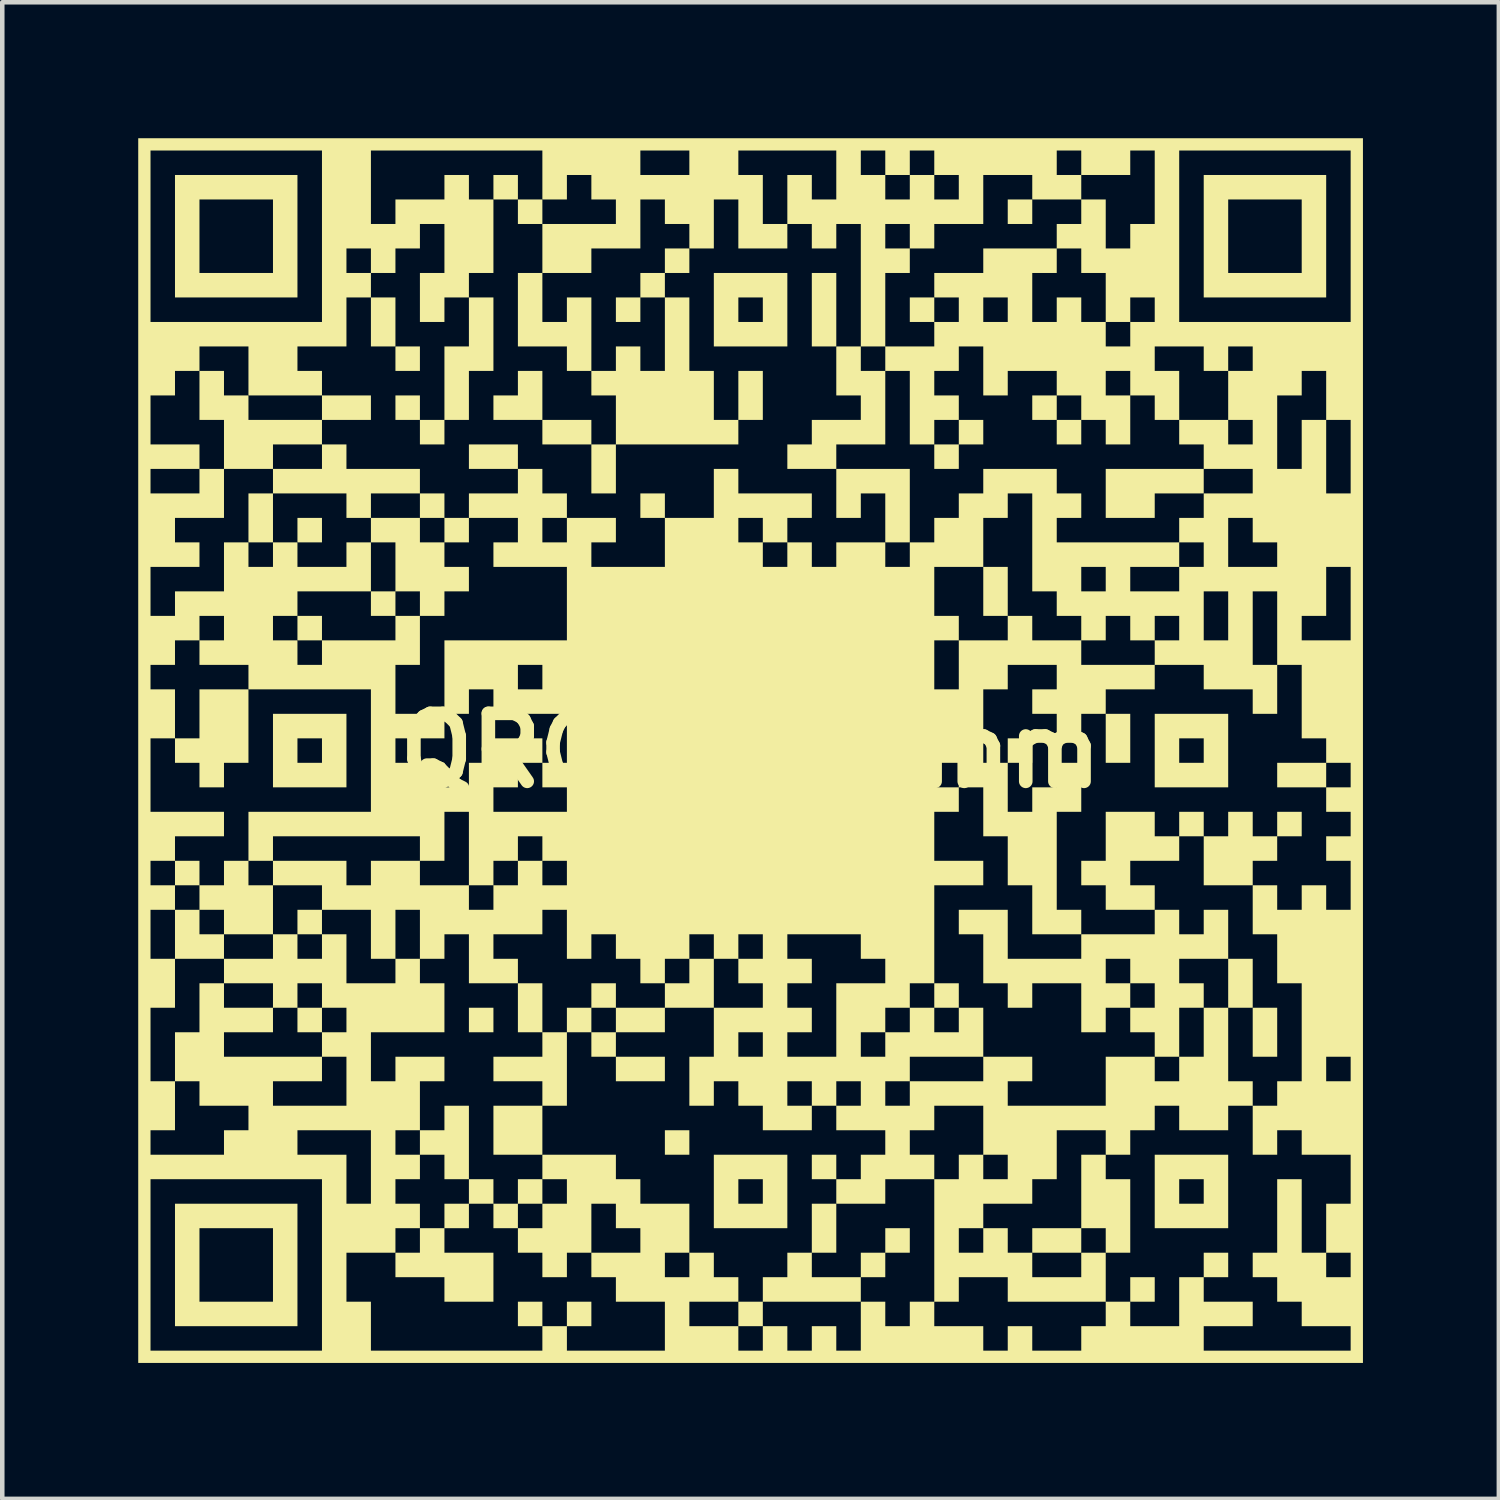
<source format=kicad_pcb>
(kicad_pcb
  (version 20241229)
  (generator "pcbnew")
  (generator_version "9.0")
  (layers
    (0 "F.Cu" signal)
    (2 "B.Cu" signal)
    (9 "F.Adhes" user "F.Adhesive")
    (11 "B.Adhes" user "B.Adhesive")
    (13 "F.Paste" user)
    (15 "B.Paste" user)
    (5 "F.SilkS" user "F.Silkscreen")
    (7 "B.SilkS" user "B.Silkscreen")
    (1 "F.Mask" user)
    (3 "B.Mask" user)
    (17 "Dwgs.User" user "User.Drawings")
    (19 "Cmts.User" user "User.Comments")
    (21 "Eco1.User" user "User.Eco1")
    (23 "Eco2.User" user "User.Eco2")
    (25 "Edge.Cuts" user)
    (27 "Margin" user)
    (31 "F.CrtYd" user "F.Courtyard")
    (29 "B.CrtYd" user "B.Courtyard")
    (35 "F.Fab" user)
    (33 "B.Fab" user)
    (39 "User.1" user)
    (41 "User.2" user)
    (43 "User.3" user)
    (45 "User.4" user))
  (footprint "QRCode27mm"
    (layer "F.Cu")
    (at 13.511 13.511)
    (property "Reference" "QRCode27mm" (at 0 0 0) (layer "F.SilkS") (effects (font (size 1.5 1.5) (thickness 0.3))))
    (attr board_only exclude_from_pos_files exclude_from_bom)
    (fp_poly (pts (xy -9.457 -4.864) (xy -9.457 -4.594) (xy -9.728 -4.594) (xy -9.998 -4.594) (xy -9.998 -4.864) (xy -9.998 -5.134) (xy -9.728 -5.134) (xy -9.457 -5.134)) (stroke (width 0) (type solid)) (fill yes) (layer "F.SilkS"))
    (fp_poly (pts (xy -9.457 -2.702) (xy -9.457 -2.432) (xy -9.728 -2.432) (xy -9.998 -2.432) (xy -9.998 -2.702) (xy -9.998 -2.972) (xy -9.728 -2.972) (xy -9.457 -2.972)) (stroke (width 0) (type solid)) (fill yes) (layer "F.SilkS"))
    (fp_poly (pts (xy -9.457 3.783) (xy -9.457 4.053) (xy -9.728 4.053) (xy -9.998 4.053) (xy -9.998 3.783) (xy -9.998 3.513) (xy -9.728 3.513) (xy -9.457 3.513)) (stroke (width 0) (type solid)) (fill yes) (layer "F.SilkS"))
    (fp_poly (pts (xy -9.457 5.945) (xy -9.457 6.215) (xy -9.728 6.215) (xy -9.998 6.215) (xy -9.998 5.945) (xy -9.998 5.674) (xy -9.728 5.674) (xy -9.457 5.674)) (stroke (width 0) (type solid)) (fill yes) (layer "F.SilkS"))
    (fp_poly (pts (xy -7.836 -9.457) (xy -7.836 -8.917) (xy -8.106 -8.917) (xy -8.377 -8.917) (xy -8.377 -9.457) (xy -8.377 -9.998) (xy -8.106 -9.998) (xy -7.836 -9.998)) (stroke (width 0) (type solid)) (fill yes) (layer "F.SilkS"))
    (fp_poly (pts (xy -7.296 -8.647) (xy -7.296 -8.377) (xy -7.566 -8.377) (xy -7.836 -8.377) (xy -7.836 -8.647) (xy -7.836 -8.917) (xy -7.566 -8.917) (xy -7.296 -8.917)) (stroke (width 0) (type solid)) (fill yes) (layer "F.SilkS"))
    (fp_poly (pts (xy -5.674 5.945) (xy -5.674 6.215) (xy -5.945 6.215) (xy -6.215 6.215) (xy -6.215 5.945) (xy -6.215 5.674) (xy -5.945 5.674) (xy -5.674 5.674)) (stroke (width 0) (type solid)) (fill yes) (layer "F.SilkS"))
    (fp_poly (pts (xy -5.134 -12.43) (xy -5.134 -12.16) (xy -5.404 -12.16) (xy -5.674 -12.16) (xy -5.674 -12.43) (xy -5.674 -12.7) (xy -5.404 -12.7) (xy -5.134 -12.7)) (stroke (width 0) (type solid)) (fill yes) (layer "F.SilkS"))
    (fp_poly (pts (xy -5.134 -6.485) (xy -5.134 -6.215) (xy -5.674 -6.215) (xy -6.215 -6.215) (xy -6.215 -6.485) (xy -6.215 -6.755) (xy -5.674 -6.755) (xy -5.134 -6.755)) (stroke (width 0) (type solid)) (fill yes) (layer "F.SilkS"))
    (fp_poly (pts (xy -4.594 -11.889) (xy -4.594 -11.619) (xy -4.864 -11.619) (xy -5.134 -11.619) (xy -5.134 -11.889) (xy -5.134 -12.16) (xy -4.864 -12.16) (xy -4.594 -12.16)) (stroke (width 0) (type solid)) (fill yes) (layer "F.SilkS"))
    (fp_poly (pts (xy -4.594 12.43) (xy -4.594 12.7) (xy -4.864 12.7) (xy -5.134 12.7) (xy -5.134 12.43) (xy -5.134 12.16) (xy -4.864 12.16) (xy -4.594 12.16)) (stroke (width 0) (type solid)) (fill yes) (layer "F.SilkS"))
    (fp_poly (pts (xy -3.513 12.43) (xy -3.513 12.7) (xy -3.783 12.7) (xy -4.053 12.7) (xy -4.053 12.43) (xy -4.053 12.16) (xy -3.783 12.16) (xy -3.513 12.16)) (stroke (width 0) (type solid)) (fill yes) (layer "F.SilkS"))
    (fp_poly (pts (xy -1.891 -5.404) (xy -1.891 -5.134) (xy -2.162 -5.134) (xy -2.432 -5.134) (xy -2.432 -5.404) (xy -2.432 -5.674) (xy -2.162 -5.674) (xy -1.891 -5.674)) (stroke (width 0) (type solid)) (fill yes) (layer "F.SilkS"))
    (fp_poly (pts (xy -1.891 7.026) (xy -1.891 7.296) (xy -2.432 7.296) (xy -2.972 7.296) (xy -2.972 7.026) (xy -2.972 6.755) (xy -2.432 6.755) (xy -1.891 6.755)) (stroke (width 0) (type solid)) (fill yes) (layer "F.SilkS"))
    (fp_poly (pts (xy -1.351 8.647) (xy -1.351 8.917) (xy -1.621 8.917) (xy -1.891 8.917) (xy -1.891 8.647) (xy -1.891 8.377) (xy -1.621 8.377) (xy -1.351 8.377)) (stroke (width 0) (type solid)) (fill yes) (layer "F.SilkS"))
    (fp_poly (pts (xy 1.891 -9.728) (xy 1.891 -8.917) (xy 1.621 -8.917) (xy 1.351 -8.917) (xy 1.351 -9.728) (xy 1.351 -10.538) (xy 1.621 -10.538) (xy 1.891 -10.538)) (stroke (width 0) (type solid)) (fill yes) (layer "F.SilkS"))
    (fp_poly (pts (xy 1.891 9.187) (xy 1.891 9.457) (xy 1.621 9.457) (xy 1.351 9.457) (xy 1.351 9.187) (xy 1.351 8.917) (xy 1.621 8.917) (xy 1.891 8.917)) (stroke (width 0) (type solid)) (fill yes) (layer "F.SilkS"))
    (fp_poly (pts (xy 4.053 -9.728) (xy 4.053 -9.457) (xy 3.783 -9.457) (xy 3.513 -9.457) (xy 3.513 -9.728) (xy 3.513 -9.998) (xy 3.783 -9.998) (xy 4.053 -9.998)) (stroke (width 0) (type solid)) (fill yes) (layer "F.SilkS"))
    (fp_poly (pts (xy 4.594 5.404) (xy 4.594 5.674) (xy 4.323 5.674) (xy 4.053 5.674) (xy 4.053 5.404) (xy 4.053 5.134) (xy 4.323 5.134) (xy 4.594 5.134)) (stroke (width 0) (type solid)) (fill yes) (layer "F.SilkS"))
    (fp_poly (pts (xy 5.674 -3.513) (xy 5.674 -2.972) (xy 5.404 -2.972) (xy 5.134 -2.972) (xy 5.134 -3.513) (xy 5.134 -4.053) (xy 5.404 -4.053) (xy 5.674 -4.053)) (stroke (width 0) (type solid)) (fill yes) (layer "F.SilkS"))
    (fp_poly (pts (xy 6.215 -11.889) (xy 6.215 -11.619) (xy 5.945 -11.619) (xy 5.674 -11.619) (xy 5.674 -11.889) (xy 5.674 -12.16) (xy 5.945 -12.16) (xy 6.215 -12.16)) (stroke (width 0) (type solid)) (fill yes) (layer "F.SilkS"))
    (fp_poly (pts (xy 6.215 0) (xy 6.215 0.27) (xy 5.945 0.27) (xy 5.674 0.27) (xy 5.674 0) (xy 5.674 -0.27) (xy 5.945 -0.27) (xy 6.215 -0.27)) (stroke (width 0) (type solid)) (fill yes) (layer "F.SilkS"))
    (fp_poly (pts (xy 6.755 -7.566) (xy 6.755 -7.296) (xy 6.485 -7.296) (xy 6.215 -7.296) (xy 6.215 -7.566) (xy 6.215 -7.836) (xy 6.485 -7.836) (xy 6.755 -7.836)) (stroke (width 0) (type solid)) (fill yes) (layer "F.SilkS"))
    (fp_poly (pts (xy 7.296 -7.026) (xy 7.296 -6.755) (xy 7.026 -6.755) (xy 6.755 -6.755) (xy 6.755 -7.026) (xy 6.755 -7.296) (xy 7.026 -7.296) (xy 7.296 -7.296)) (stroke (width 0) (type solid)) (fill yes) (layer "F.SilkS"))
    (fp_poly (pts (xy 8.377 -0.27) (xy 8.377 0.27) (xy 8.106 0.27) (xy 7.836 0.27) (xy 7.836 -0.27) (xy 7.836 -0.811) (xy 8.106 -0.811) (xy 8.377 -0.811)) (stroke (width 0) (type solid)) (fill yes) (layer "F.SilkS"))
    (fp_poly (pts (xy 8.917 11.889) (xy 8.917 12.16) (xy 8.647 12.16) (xy 8.377 12.16) (xy 8.377 11.889) (xy 8.377 11.619) (xy 8.647 11.619) (xy 8.917 11.619)) (stroke (width 0) (type solid)) (fill yes) (layer "F.SilkS"))
    (fp_poly (pts (xy 10.538 11.349) (xy 10.538 11.619) (xy 10.268 11.619) (xy 9.998 11.619) (xy 9.998 11.349) (xy 9.998 11.079) (xy 10.268 11.079) (xy 10.538 11.079)) (stroke (width 0) (type solid)) (fill yes) (layer "F.SilkS"))
    (fp_poly (pts (xy 11.079 5.134) (xy 11.079 5.674) (xy 10.809 5.674) (xy 10.538 5.674) (xy 10.538 5.134) (xy 10.538 4.594) (xy 10.809 4.594) (xy 11.079 4.594)) (stroke (width 0) (type solid)) (fill yes) (layer "F.SilkS"))
    (fp_poly (pts (xy 11.619 6.215) (xy 11.619 6.755) (xy 11.349 6.755) (xy 11.079 6.755) (xy 11.079 6.215) (xy 11.079 5.674) (xy 11.349 5.674) (xy 11.619 5.674)) (stroke (width 0) (type solid)) (fill yes) (layer "F.SilkS"))
    (fp_poly (pts (xy 12.7 0.54) (xy 12.7 0.811) (xy 12.16 0.811) (xy 11.619 0.811) (xy 11.619 0.54) (xy 11.619 0.27) (xy 12.16 0.27) (xy 12.7 0.27)) (stroke (width 0) (type solid)) (fill yes) (layer "F.SilkS"))
    (fp_poly (pts (xy -4.594 -7.836) (xy -4.594 -7.296) (xy -5.134 -7.296) (xy -5.674 -7.296) (xy -5.674 -7.566) (xy -5.674 -7.836) (xy -5.404 -7.836) (xy -5.134 -7.836) (xy -5.134 -8.106) (xy -5.134 -8.377) (xy -4.864 -8.377) (xy -4.594 -8.377)) (stroke (width 0) (type solid)) (fill yes) (layer "F.SilkS"))
    (fp_poly (pts (xy 9.998 -5.945) (xy 9.998 -5.674) (xy 9.457 -5.674) (xy 8.917 -5.674) (xy 8.917 -5.404) (xy 8.917 -5.134) (xy 8.377 -5.134) (xy 7.836 -5.134) (xy 7.836 -5.674) (xy 7.836 -6.215) (xy 8.917 -6.215) (xy 9.998 -6.215)) (stroke (width 0) (type solid)) (fill yes) (layer "F.SilkS"))
    (fp_poly (pts (xy -6.215 8.647) (xy -6.215 9.457) (xy -6.485 9.457) (xy -6.755 9.457) (xy -6.755 9.187) (xy -6.755 8.917) (xy -7.026 8.917) (xy -7.296 8.917) (xy -7.296 8.647) (xy -7.296 8.377) (xy -7.026 8.377) (xy -6.755 8.377) (xy -6.755 8.106) (xy -6.755 7.836) (xy -6.485 7.836) (xy -6.215 7.836)) (stroke (width 0) (type solid)) (fill yes) (layer "F.SilkS"))
    (fp_poly (pts (xy 3.513 -5.404) (xy 3.513 -4.594) (xy 3.243 -4.594) (xy 2.972 -4.594) (xy 2.972 -5.134) (xy 2.972 -5.674) (xy 2.702 -5.674) (xy 2.432 -5.674) (xy 2.432 -5.404) (xy 2.432 -5.134) (xy 2.162 -5.134) (xy 1.891 -5.134) (xy 1.891 -5.674) (xy 1.891 -6.215) (xy 2.702 -6.215) (xy 3.513 -6.215)) (stroke (width 0) (type solid)) (fill yes) (layer "F.SilkS"))
    (fp_poly (pts (xy 5.134 -7.026) (xy 5.134 -6.755) (xy 4.864 -6.755) (xy 4.594 -6.755) (xy 4.594 -6.485) (xy 4.594 -6.215) (xy 4.323 -6.215) (xy 4.053 -6.215) (xy 4.053 -6.485) (xy 4.053 -6.755) (xy 4.323 -6.755) (xy 4.594 -6.755) (xy 4.594 -7.026) (xy 4.594 -7.296) (xy 4.864 -7.296) (xy 5.134 -7.296)) (stroke (width 0) (type solid)) (fill yes) (layer "F.SilkS"))
    (fp_poly (pts (xy -9.998 -11.349) (xy -9.998 -9.998) (xy -11.349 -9.998) (xy -12.7 -9.998) (xy -12.7 -11.349) (xy -12.16 -11.349) (xy -12.16 -10.538) (xy -11.349 -10.538) (xy -10.538 -10.538) (xy -10.538 -11.349) (xy -10.538 -12.16) (xy -11.349 -12.16) (xy -12.16 -12.16) (xy -12.16 -11.349) (xy -12.7 -11.349) (xy -12.7 -12.7) (xy -11.349 -12.7) (xy -9.998 -12.7)) (stroke (width 0) (type solid)) (fill yes) (layer "F.SilkS"))
    (fp_poly (pts (xy -9.998 11.349) (xy -9.998 12.7) (xy -11.349 12.7) (xy -12.7 12.7) (xy -12.7 11.349) (xy -12.16 11.349) (xy -12.16 12.16) (xy -11.349 12.16) (xy -10.538 12.16) (xy -10.538 11.349) (xy -10.538 10.538) (xy -11.349 10.538) (xy -12.16 10.538) (xy -12.16 11.349) (xy -12.7 11.349) (xy -12.7 9.998) (xy -11.349 9.998) (xy -9.998 9.998)) (stroke (width 0) (type solid)) (fill yes) (layer "F.SilkS"))
    (fp_poly (pts (xy -8.917 0) (xy -8.917 0.811) (xy -9.728 0.811) (xy -10.538 0.811) (xy -10.538 0) (xy -9.998 0) (xy -9.998 0.27) (xy -9.728 0.27) (xy -9.457 0.27) (xy -9.457 0) (xy -9.457 -0.27) (xy -9.728 -0.27) (xy -9.998 -0.27) (xy -9.998 0) (xy -10.538 0) (xy -10.538 -0.811) (xy -9.728 -0.811) (xy -8.917 -0.811)) (stroke (width 0) (type solid)) (fill yes) (layer "F.SilkS"))
    (fp_poly (pts (xy 0.811 -9.728) (xy 0.811 -8.917) (xy 0 -8.917) (xy -0.811 -8.917) (xy -0.811 -9.728) (xy -0.27 -9.728) (xy -0.27 -9.457) (xy 0 -9.457) (xy 0.27 -9.457) (xy 0.27 -9.728) (xy 0.27 -9.998) (xy 0 -9.998) (xy -0.27 -9.998) (xy -0.27 -9.728) (xy -0.811 -9.728) (xy -0.811 -10.538) (xy 0 -10.538) (xy 0.811 -10.538)) (stroke (width 0) (type solid)) (fill yes) (layer "F.SilkS"))
    (fp_poly (pts (xy 0.811 9.728) (xy 0.811 10.538) (xy 0 10.538) (xy -0.811 10.538) (xy -0.811 9.728) (xy -0.27 9.728) (xy -0.27 9.998) (xy 0 9.998) (xy 0.27 9.998) (xy 0.27 9.728) (xy 0.27 9.457) (xy 0 9.457) (xy -0.27 9.457) (xy -0.27 9.728) (xy -0.811 9.728) (xy -0.811 8.917) (xy 0 8.917) (xy 0.811 8.917)) (stroke (width 0) (type solid)) (fill yes) (layer "F.SilkS"))
    (fp_poly (pts (xy 10.538 0) (xy 10.538 0.811) (xy 9.728 0.811) (xy 8.917 0.811) (xy 8.917 0) (xy 9.457 0) (xy 9.457 0.27) (xy 9.728 0.27) (xy 9.998 0.27) (xy 9.998 0) (xy 9.998 -0.27) (xy 9.728 -0.27) (xy 9.457 -0.27) (xy 9.457 0) (xy 8.917 0) (xy 8.917 -0.811) (xy 9.728 -0.811) (xy 10.538 -0.811)) (stroke (width 0) (type solid)) (fill yes) (layer "F.SilkS"))
    (fp_poly (pts (xy 10.538 9.728) (xy 10.538 10.538) (xy 9.728 10.538) (xy 8.917 10.538) (xy 8.917 9.728) (xy 9.457 9.728) (xy 9.457 9.998) (xy 9.728 9.998) (xy 9.998 9.998) (xy 9.998 9.728) (xy 9.998 9.457) (xy 9.728 9.457) (xy 9.457 9.457) (xy 9.457 9.728) (xy 8.917 9.728) (xy 8.917 8.917) (xy 9.728 8.917) (xy 10.538 8.917)) (stroke (width 0) (type solid)) (fill yes) (layer "F.SilkS"))
    (fp_poly (pts (xy 12.7 -11.349) (xy 12.7 -9.998) (xy 11.349 -9.998) (xy 9.998 -9.998) (xy 9.998 -11.349) (xy 10.538 -11.349) (xy 10.538 -10.538) (xy 11.349 -10.538) (xy 12.16 -10.538) (xy 12.16 -11.349) (xy 12.16 -12.16) (xy 11.349 -12.16) (xy 10.538 -12.16) (xy 10.538 -11.349) (xy 9.998 -11.349) (xy 9.998 -12.7) (xy 11.349 -12.7) (xy 12.7 -12.7)) (stroke (width 0) (type solid)) (fill yes) (layer "F.SilkS"))
    (fp_poly (pts (xy -11.079 -0.54) (xy -11.079 0.27) (xy -11.349 0.27) (xy -11.619 0.27) (xy -11.619 0.54) (xy -11.619 0.811) (xy -11.889 0.811) (xy -12.16 0.811) (xy -12.16 0.54) (xy -12.16 0.27) (xy -12.43 0.27) (xy -12.7 0.27) (xy -12.7 0) (xy -12.7 -0.27) (xy -12.43 -0.27) (xy -12.16 -0.27) (xy -12.16 -0.811) (xy -12.16 -1.351) (xy -11.619 -1.351) (xy -11.079 -1.351)) (stroke (width 0) (type solid)) (fill yes) (layer "F.SilkS"))
    (fp_poly (pts (xy -1.351 -10.809) (xy -1.351 -10.538) (xy -1.621 -10.538) (xy -1.891 -10.538) (xy -1.891 -10.268) (xy -1.891 -9.998) (xy -2.162 -9.998) (xy -2.432 -9.998) (xy -2.432 -9.728) (xy -2.432 -9.457) (xy -2.702 -9.457) (xy -2.972 -9.457) (xy -2.972 -9.728) (xy -2.972 -9.998) (xy -2.702 -9.998) (xy -2.432 -9.998) (xy -2.432 -10.268) (xy -2.432 -10.538) (xy -2.162 -10.538) (xy -1.891 -10.538) (xy -1.891 -10.809) (xy -1.891 -11.079) (xy -1.621 -11.079) (xy -1.351 -11.079)) (stroke (width 0) (type solid)) (fill yes) (layer "F.SilkS"))
    (fp_poly (pts (xy 7.836 9.187) (xy 7.836 9.457) (xy 8.106 9.457) (xy 8.377 9.457) (xy 8.377 10.268) (xy 8.377 11.079) (xy 8.106 11.079) (xy 7.836 11.079) (xy 7.836 10.809) (xy 7.836 10.538) (xy 7.566 10.538) (xy 7.296 10.538) (xy 7.296 10.809) (xy 7.296 11.079) (xy 6.755 11.079) (xy 6.215 11.079) (xy 6.215 10.809) (xy 6.215 10.538) (xy 6.755 10.538) (xy 7.296 10.538) (xy 7.296 9.728) (xy 7.296 8.917) (xy 7.566 8.917) (xy 7.836 8.917)) (stroke (width 0) (type solid)) (fill yes) (layer "F.SilkS"))
    (fp_poly (pts (xy 2.432 -8.647) (xy 2.432 -8.377) (xy 2.702 -8.377) (xy 2.972 -8.377) (xy 2.972 -7.566) (xy 2.972 -6.755) (xy 2.432 -6.755) (xy 1.891 -6.755) (xy 1.891 -6.485) (xy 1.891 -6.215) (xy 1.351 -6.215) (xy 0.811 -6.215) (xy 0.811 -6.485) (xy 0.811 -6.755) (xy 1.081 -6.755) (xy 1.351 -6.755) (xy 1.351 -7.026) (xy 1.351 -7.296) (xy 1.891 -7.296) (xy 2.432 -7.296) (xy 2.432 -7.566) (xy 2.432 -7.836) (xy 2.162 -7.836) (xy 1.891 -7.836) (xy 1.891 -8.377) (xy 1.891 -8.917) (xy 2.162 -8.917) (xy 2.432 -8.917)) (stroke (width 0) (type solid)) (fill yes) (layer "F.SilkS"))
    (fp_poly (pts (xy -5.674 -9.187) (xy -5.674 -8.377) (xy -5.945 -8.377) (xy -6.215 -8.377) (xy -6.215 -7.836) (xy -6.215 -7.296) (xy -6.485 -7.296) (xy -6.755 -7.296) (xy -6.755 -7.026) (xy -6.755 -6.755) (xy -7.026 -6.755) (xy -7.296 -6.755) (xy -7.296 -7.026) (xy -7.296 -7.296) (xy -7.566 -7.296) (xy -7.836 -7.296) (xy -7.836 -7.566) (xy -7.836 -7.836) (xy -7.566 -7.836) (xy -7.296 -7.836) (xy -7.296 -7.566) (xy -7.296 -7.296) (xy -7.026 -7.296) (xy -6.755 -7.296) (xy -6.755 -8.106) (xy -6.755 -8.917) (xy -6.485 -8.917) (xy -6.215 -8.917) (xy -6.215 -9.457) (xy -6.215 -9.998) (xy -5.945 -9.998) (xy -5.674 -9.998)) (stroke (width 0) (type solid)) (fill yes) (layer "F.SilkS"))
    (fp_poly (pts (xy -12.16 2.702) (xy -12.16 2.972) (xy -11.889 2.972) (xy -11.619 2.972) (xy -11.619 2.702) (xy -11.619 2.432) (xy -11.349 2.432) (xy -11.079 2.432) (xy -11.079 2.702) (xy -11.079 2.972) (xy -10.809 2.972) (xy -10.538 2.972) (xy -10.538 3.513) (xy -10.538 4.053) (xy -11.079 4.053) (xy -11.619 4.053) (xy -11.619 4.323) (xy -11.619 4.594) (xy -12.16 4.594) (xy -12.7 4.594) (xy -12.7 4.053) (xy -12.7 3.783) (xy -12.16 3.783) (xy -12.16 4.053) (xy -11.889 4.053) (xy -11.619 4.053) (xy -11.619 3.783) (xy -11.619 3.513) (xy -11.889 3.513) (xy -12.16 3.513) (xy -12.16 3.783) (xy -12.7 3.783) (xy -12.7 3.513) (xy -12.43 3.513) (xy -12.16 3.513) (xy -12.16 3.243) (xy -12.16 2.972) (xy -12.43 2.972) (xy -12.7 2.972) (xy -12.7 2.702) (xy -12.7 2.432) (xy -12.43 2.432) (xy -12.16 2.432)) (stroke (width 0) (type solid)) (fill yes) (layer "F.SilkS"))
    (fp_poly (pts (xy 1.891 10.538) (xy 1.891 11.079) (xy 1.621 11.079) (xy 1.351 11.079) (xy 1.351 11.349) (xy 1.351 11.619) (xy 1.891 11.619) (xy 2.432 11.619) (xy 2.432 11.349) (xy 2.432 11.079) (xy 2.702 11.079) (xy 2.972 11.079) (xy 2.972 10.809) (xy 2.972 10.538) (xy 3.243 10.538) (xy 3.513 10.538) (xy 3.513 10.809) (xy 3.513 11.079) (xy 3.243 11.079) (xy 2.972 11.079) (xy 2.972 11.349) (xy 2.972 11.619) (xy 2.702 11.619) (xy 2.432 11.619) (xy 2.432 11.889) (xy 2.432 12.16) (xy 1.351 12.16) (xy 0.27 12.16) (xy 0.27 12.43) (xy 0.27 12.7) (xy 0 12.7) (xy -0.27 12.7) (xy -0.27 12.43) (xy -0.27 12.16) (xy 0 12.16) (xy 0.27 12.16) (xy 0.27 11.889) (xy 0.27 11.619) (xy 0.54 11.619) (xy 0.811 11.619) (xy 0.811 11.349) (xy 0.811 11.079) (xy 1.081 11.079) (xy 1.351 11.079) (xy 1.351 10.538) (xy 1.351 9.998) (xy 1.621 9.998) (xy 1.891 9.998)) (stroke (width 0) (type solid)) (fill yes) (layer "F.SilkS"))
    (fp_poly (pts (xy -5.674 9.728) (xy -5.674 9.998) (xy -5.404 9.998) (xy -5.134 9.998) (xy -5.134 9.728) (xy -5.134 9.457) (xy -4.864 9.457) (xy -4.594 9.457) (xy -4.594 9.728) (xy -4.594 9.998) (xy -4.864 9.998) (xy -5.134 9.998) (xy -5.134 10.268) (xy -5.134 10.538) (xy -5.404 10.538) (xy -5.674 10.538) (xy -5.674 10.268) (xy -5.674 9.998) (xy -5.945 9.998) (xy -6.215 9.998) (xy -6.215 10.268) (xy -6.215 10.538) (xy -6.485 10.538) (xy -6.755 10.538) (xy -6.755 10.809) (xy -6.755 11.079) (xy -6.215 11.079) (xy -5.674 11.079) (xy -5.674 11.619) (xy -5.674 12.16) (xy -6.215 12.16) (xy -6.755 12.16) (xy -6.755 11.889) (xy -6.755 11.619) (xy -7.296 11.619) (xy -7.836 11.619) (xy -7.836 11.349) (xy -7.836 11.079) (xy -7.566 11.079) (xy -7.296 11.079) (xy -7.296 10.809) (xy -7.296 10.538) (xy -7.026 10.538) (xy -6.755 10.538) (xy -6.755 10.268) (xy -6.755 9.998) (xy -6.485 9.998) (xy -6.215 9.998) (xy -6.215 9.728) (xy -6.215 9.457) (xy -5.945 9.457) (xy -5.674 9.457)) (stroke (width 0) (type solid)) (fill yes) (layer "F.SilkS"))
    (fp_poly (pts (xy 8.917 1.621) (xy 8.917 1.891) (xy 9.187 1.891) (xy 9.457 1.891) (xy 9.457 1.621) (xy 9.457 1.351) (xy 9.728 1.351) (xy 9.998 1.351) (xy 9.998 1.621) (xy 9.998 1.891) (xy 10.268 1.891) (xy 10.538 1.891) (xy 10.538 1.621) (xy 10.538 1.351) (xy 10.809 1.351) (xy 11.079 1.351) (xy 11.079 1.621) (xy 11.079 1.891) (xy 11.349 1.891) (xy 11.619 1.891) (xy 11.619 1.621) (xy 11.619 1.351) (xy 11.889 1.351) (xy 12.16 1.351) (xy 12.16 1.621) (xy 12.16 1.891) (xy 11.889 1.891) (xy 11.619 1.891) (xy 11.619 2.162) (xy 11.619 2.432) (xy 11.349 2.432) (xy 11.079 2.432) (xy 11.079 2.702) (xy 11.079 2.972) (xy 10.538 2.972) (xy 9.998 2.972) (xy 9.998 2.432) (xy 9.998 1.891) (xy 9.728 1.891) (xy 9.457 1.891) (xy 9.457 2.162) (xy 9.457 2.432) (xy 8.917 2.432) (xy 8.377 2.432) (xy 8.377 2.702) (xy 8.377 2.972) (xy 8.647 2.972) (xy 8.917 2.972) (xy 8.917 3.243) (xy 8.917 3.513) (xy 8.377 3.513) (xy 7.836 3.513) (xy 7.836 3.243) (xy 7.836 2.972) (xy 7.566 2.972) (xy 7.296 2.972) (xy 7.296 2.702) (xy 7.296 2.432) (xy 7.566 2.432) (xy 7.836 2.432) (xy 7.836 1.891) (xy 7.836 1.351) (xy 8.377 1.351) (xy 8.917 1.351)) (stroke (width 0) (type solid)) (fill yes) (layer "F.SilkS"))
    (fp_poly (pts (xy -4.594 -9.998) (xy -4.594 -9.457) (xy -4.323 -9.457) (xy -4.053 -9.457) (xy -4.053 -9.728) (xy -4.053 -9.998) (xy -3.783 -9.998) (xy -3.513 -9.998) (xy -3.513 -9.187) (xy -3.513 -8.377) (xy -3.243 -8.377) (xy -2.972 -8.377) (xy -2.972 -8.647) (xy -2.972 -8.917) (xy -2.702 -8.917) (xy -2.432 -8.917) (xy -2.432 -8.647) (xy -2.432 -8.377) (xy -2.162 -8.377) (xy -1.891 -8.377) (xy -1.891 -9.187) (xy -1.891 -9.998) (xy -1.621 -9.998) (xy -1.351 -9.998) (xy -1.351 -9.187) (xy -1.351 -8.377) (xy -1.081 -8.377) (xy -0.811 -8.377) (xy -0.811 -7.836) (xy -0.811 -7.296) (xy -0.54 -7.296) (xy -0.27 -7.296) (xy -0.27 -7.836) (xy -0.27 -8.377) (xy 0 -8.377) (xy 0.27 -8.377) (xy 0.27 -7.836) (xy 0.27 -7.296) (xy 0 -7.296) (xy -0.27 -7.296) (xy -0.27 -7.026) (xy -0.27 -6.755) (xy -1.621 -6.755) (xy -2.972 -6.755) (xy -2.972 -6.215) (xy -2.972 -5.674) (xy -3.243 -5.674) (xy -3.513 -5.674) (xy -3.513 -6.215) (xy -3.513 -6.755) (xy -4.053 -6.755) (xy -4.594 -6.755) (xy -4.594 -7.026) (xy -4.594 -7.296) (xy -4.053 -7.296) (xy -3.513 -7.296) (xy -3.513 -7.026) (xy -3.513 -6.755) (xy -3.243 -6.755) (xy -2.972 -6.755) (xy -2.972 -7.296) (xy -2.972 -7.836) (xy -3.243 -7.836) (xy -3.513 -7.836) (xy -3.513 -8.106) (xy -3.513 -8.377) (xy -3.783 -8.377) (xy -4.053 -8.377) (xy -4.053 -8.647) (xy -4.053 -8.917) (xy -4.594 -8.917) (xy -5.134 -8.917) (xy -5.134 -9.728) (xy -5.134 -10.538) (xy -4.864 -10.538) (xy -4.594 -10.538)) (stroke (width 0) (type solid)) (fill yes) (layer "F.SilkS"))
    (fp_poly (pts (xy -0.811 5.134) (xy -0.811 5.674) (xy -1.351 5.674) (xy -1.891 5.674) (xy -1.891 5.945) (xy -1.891 6.215) (xy -2.432 6.215) (xy -2.972 6.215) (xy -2.972 6.485) (xy -2.972 6.755) (xy -3.243 6.755) (xy -3.513 6.755) (xy -3.513 6.485) (xy -3.513 6.215) (xy -3.783 6.215) (xy -4.053 6.215) (xy -4.053 7.026) (xy -4.053 7.836) (xy -4.323 7.836) (xy -4.594 7.836) (xy -4.594 8.377) (xy -4.594 8.917) (xy -5.134 8.917) (xy -5.674 8.917) (xy -5.674 8.377) (xy -5.674 7.836) (xy -5.134 7.836) (xy -4.594 7.836) (xy -4.594 7.566) (xy -4.594 7.296) (xy -5.134 7.296) (xy -5.674 7.296) (xy -5.674 7.026) (xy -5.674 6.755) (xy -5.134 6.755) (xy -4.594 6.755) (xy -4.594 6.485) (xy -4.594 6.215) (xy -4.864 6.215) (xy -5.134 6.215) (xy -5.134 5.674) (xy -5.134 5.134) (xy -4.864 5.134) (xy -4.594 5.134) (xy -4.594 5.674) (xy -4.594 6.215) (xy -4.323 6.215) (xy -4.053 6.215) (xy -4.053 5.945) (xy -3.513 5.945) (xy -3.513 6.215) (xy -3.243 6.215) (xy -2.972 6.215) (xy -2.972 5.945) (xy -2.972 5.674) (xy -3.243 5.674) (xy -3.513 5.674) (xy -3.513 5.945) (xy -4.053 5.945) (xy -4.053 5.674) (xy -3.783 5.674) (xy -3.513 5.674) (xy -3.513 5.404) (xy -3.513 5.134) (xy -3.243 5.134) (xy -2.972 5.134) (xy -2.972 5.404) (xy -2.972 5.674) (xy -2.432 5.674) (xy -1.891 5.674) (xy -1.891 5.404) (xy -1.891 5.134) (xy -1.621 5.134) (xy -1.351 5.134) (xy -1.351 4.864) (xy -1.351 4.594) (xy -1.081 4.594) (xy -0.811 4.594)) (stroke (width 0) (type solid)) (fill yes) (layer "F.SilkS"))
    (fp_poly (pts (xy 5.674 4.053) (xy 5.674 4.594) (xy 6.485 4.594) (xy 7.296 4.594) (xy 7.296 4.323) (xy 7.296 4.053) (xy 8.106 4.053) (xy 8.917 4.053) (xy 8.917 3.783) (xy 8.917 3.513) (xy 9.187 3.513) (xy 9.457 3.513) (xy 9.457 3.783) (xy 9.457 4.053) (xy 9.728 4.053) (xy 9.998 4.053) (xy 9.998 3.783) (xy 9.998 3.513) (xy 10.268 3.513) (xy 10.538 3.513) (xy 10.538 4.053) (xy 10.538 4.594) (xy 9.998 4.594) (xy 9.457 4.594) (xy 9.457 4.864) (xy 9.457 5.134) (xy 9.728 5.134) (xy 9.998 5.134) (xy 9.998 5.404) (xy 9.998 5.674) (xy 9.728 5.674) (xy 9.457 5.674) (xy 9.457 6.215) (xy 9.457 6.755) (xy 9.187 6.755) (xy 8.917 6.755) (xy 8.917 6.485) (xy 8.917 6.215) (xy 8.647 6.215) (xy 8.377 6.215) (xy 8.377 5.945) (xy 8.377 5.674) (xy 8.106 5.674) (xy 7.836 5.674) (xy 7.836 5.945) (xy 7.836 6.215) (xy 7.566 6.215) (xy 7.296 6.215) (xy 7.296 5.674) (xy 7.296 5.404) (xy 8.377 5.404) (xy 8.377 5.674) (xy 8.647 5.674) (xy 8.917 5.674) (xy 8.917 5.404) (xy 8.917 5.134) (xy 8.647 5.134) (xy 8.377 5.134) (xy 8.377 5.404) (xy 7.296 5.404) (xy 7.296 5.134) (xy 6.755 5.134) (xy 6.215 5.134) (xy 6.215 5.404) (xy 6.215 5.674) (xy 5.945 5.674) (xy 5.674 5.674) (xy 5.674 5.404) (xy 5.674 5.134) (xy 5.404 5.134) (xy 5.134 5.134) (xy 5.134 4.864) (xy 7.836 4.864) (xy 7.836 5.134) (xy 8.106 5.134) (xy 8.377 5.134) (xy 8.377 4.864) (xy 8.377 4.594) (xy 8.106 4.594) (xy 7.836 4.594) (xy 7.836 4.864) (xy 5.134 4.864) (xy 5.134 4.594) (xy 5.134 4.053) (xy 4.864 4.053) (xy 4.594 4.053) (xy 4.594 3.783) (xy 4.594 3.513) (xy 5.134 3.513) (xy 5.674 3.513)) (stroke (width 0) (type solid)) (fill yes) (layer "F.SilkS"))
    (fp_poly (pts (xy -11.619 -8.106) (xy -11.619 -7.836) (xy -11.349 -7.836) (xy -11.079 -7.836) (xy -11.079 -7.566) (xy -11.079 -7.296) (xy -10.268 -7.296) (xy -9.457 -7.296) (xy -9.457 -7.566) (xy -9.457 -7.836) (xy -8.917 -7.836) (xy -8.377 -7.836) (xy -8.377 -7.566) (xy -8.377 -7.296) (xy -8.917 -7.296) (xy -9.457 -7.296) (xy -9.457 -7.026) (xy -9.457 -6.755) (xy -9.998 -6.755) (xy -10.538 -6.755) (xy -10.538 -6.485) (xy -10.538 -6.215) (xy -9.998 -6.215) (xy -9.457 -6.215) (xy -9.457 -6.485) (xy -9.457 -6.755) (xy -9.187 -6.755) (xy -8.917 -6.755) (xy -8.917 -6.485) (xy -8.917 -6.215) (xy -8.106 -6.215) (xy -7.296 -6.215) (xy -7.296 -5.945) (xy -7.296 -5.674) (xy -7.836 -5.674) (xy -8.377 -5.674) (xy -8.377 -5.404) (xy -8.377 -5.134) (xy -7.836 -5.134) (xy -7.296 -5.134) (xy -7.296 -5.404) (xy -7.296 -5.674) (xy -7.026 -5.674) (xy -6.755 -5.674) (xy -6.755 -5.404) (xy -6.755 -5.134) (xy -7.026 -5.134) (xy -7.296 -5.134) (xy -7.296 -4.864) (xy -7.296 -4.594) (xy -7.026 -4.594) (xy -6.755 -4.594) (xy -6.755 -4.864) (xy -6.755 -5.134) (xy -6.485 -5.134) (xy -6.215 -5.134) (xy -6.215 -4.864) (xy -6.215 -4.594) (xy -6.485 -4.594) (xy -6.755 -4.594) (xy -6.755 -4.323) (xy -6.755 -4.053) (xy -6.485 -4.053) (xy -6.215 -4.053) (xy -6.215 -3.783) (xy -6.215 -3.513) (xy -6.485 -3.513) (xy -6.755 -3.513) (xy -6.755 -3.243) (xy -6.755 -2.972) (xy -7.026 -2.972) (xy -7.296 -2.972) (xy -7.296 -3.243) (xy -7.296 -3.513) (xy -7.566 -3.513) (xy -7.836 -3.513) (xy -7.836 -3.243) (xy -7.836 -2.972) (xy -8.106 -2.972) (xy -8.377 -2.972) (xy -8.377 -3.243) (xy -8.377 -3.513) (xy -8.106 -3.513) (xy -7.836 -3.513) (xy -7.836 -4.053) (xy -7.836 -4.594) (xy -8.106 -4.594) (xy -8.377 -4.594) (xy -8.377 -4.864) (xy -8.377 -5.134) (xy -8.647 -5.134) (xy -8.917 -5.134) (xy -8.917 -5.404) (xy -8.917 -5.674) (xy -9.728 -5.674) (xy -10.538 -5.674) (xy -10.538 -5.134) (xy -10.538 -4.594) (xy -10.809 -4.594) (xy -11.079 -4.594) (xy -11.079 -5.134) (xy -11.079 -5.674) (xy -10.809 -5.674) (xy -10.538 -5.674) (xy -10.538 -5.945) (xy -10.538 -6.215) (xy -11.079 -6.215) (xy -11.619 -6.215) (xy -11.619 -6.755) (xy -11.619 -7.296) (xy -11.889 -7.296) (xy -12.16 -7.296) (xy -12.16 -7.836) (xy -12.16 -8.377) (xy -11.889 -8.377) (xy -11.619 -8.377)) (stroke (width 0) (type solid)) (fill yes) (layer "F.SilkS"))
    (fp_poly (pts (xy 13.511 0) (xy 13.511 13.511) (xy 0 13.511) (xy -13.511 13.511) (xy -13.511 11.349) (xy -13.24 11.349) (xy -13.24 13.24) (xy -11.349 13.24) (xy -9.457 13.24) (xy -9.457 11.349) (xy -9.457 9.457) (xy -11.349 9.457) (xy -13.24 9.457) (xy -13.24 11.349) (xy -13.511 11.349) (xy -13.511 8.377) (xy -13.24 8.377) (xy -13.24 8.647) (xy -13.24 8.917) (xy -12.43 8.917) (xy -11.619 8.917) (xy -11.619 8.647) (xy -9.998 8.647) (xy -9.998 8.917) (xy -9.457 8.917) (xy -8.917 8.917) (xy -8.917 9.457) (xy -8.917 9.998) (xy -8.647 9.998) (xy -8.377 9.998) (xy -8.377 9.187) (xy -8.377 8.377) (xy -9.187 8.377) (xy -9.998 8.377) (xy -9.998 8.647) (xy -11.619 8.647) (xy -11.619 8.377) (xy -11.349 8.377) (xy -11.079 8.377) (xy -11.079 8.106) (xy -11.079 7.836) (xy -11.619 7.836) (xy -12.16 7.836) (xy -12.16 7.566) (xy -12.16 7.296) (xy -10.538 7.296) (xy -10.538 7.566) (xy -10.538 7.836) (xy -9.728 7.836) (xy -8.917 7.836) (xy -8.917 7.296) (xy -8.917 6.755) (xy -9.187 6.755) (xy -9.457 6.755) (xy -9.457 7.026) (xy -9.457 7.296) (xy -9.998 7.296) (xy -10.538 7.296) (xy -12.16 7.296) (xy -12.43 7.296) (xy -12.7 7.296) (xy -12.7 7.836) (xy -12.7 8.377) (xy -12.97 8.377) (xy -13.24 8.377) (xy -13.511 8.377) (xy -13.511 0) (xy -13.511 -1.891) (xy -13.24 -1.891) (xy -13.24 -1.621) (xy -13.24 -1.351) (xy -12.97 -1.351) (xy -12.7 -1.351) (xy -12.7 -0.811) (xy -12.7 -0.27) (xy -12.97 -0.27) (xy -13.24 -0.27) (xy -13.24 0.54) (xy -13.24 1.351) (xy -12.43 1.351) (xy -11.619 1.351) (xy -11.619 1.621) (xy -11.619 1.891) (xy -12.16 1.891) (xy -12.7 1.891) (xy -12.7 2.162) (xy -12.7 2.432) (xy -12.97 2.432) (xy -13.24 2.432) (xy -13.24 2.702) (xy -13.24 2.972) (xy -12.97 2.972) (xy -12.7 2.972) (xy -12.7 3.243) (xy -12.7 3.513) (xy -12.97 3.513) (xy -13.24 3.513) (xy -13.24 4.053) (xy -13.24 4.594) (xy -12.97 4.594) (xy -12.7 4.594) (xy -12.7 5.134) (xy -12.7 5.674) (xy -12.97 5.674) (xy -13.24 5.674) (xy -13.24 6.485) (xy -13.24 7.296) (xy -12.97 7.296) (xy -12.7 7.296) (xy -12.7 6.755) (xy -12.7 6.215) (xy -12.43 6.215) (xy -12.16 6.215) (xy -12.16 5.674) (xy -12.16 5.404) (xy -11.619 5.404) (xy -11.619 5.674) (xy -11.079 5.674) (xy -10.538 5.674) (xy -10.538 5.945) (xy -10.538 6.215) (xy -11.079 6.215) (xy -11.619 6.215) (xy -11.619 6.485) (xy -11.619 6.755) (xy -10.538 6.755) (xy -9.457 6.755) (xy -9.457 6.485) (xy -9.457 6.215) (xy -9.187 6.215) (xy -8.917 6.215) (xy -8.917 5.945) (xy -8.917 5.674) (xy -9.187 5.674) (xy -9.457 5.674) (xy -9.457 5.404) (xy -9.457 5.134) (xy -9.728 5.134) (xy -9.998 5.134) (xy -9.998 5.404) (xy -9.998 5.674) (xy -10.268 5.674) (xy -10.538 5.674) (xy -10.538 5.404) (xy -10.538 5.134) (xy -11.079 5.134) (xy -11.619 5.134) (xy -11.619 5.404) (xy -12.16 5.404) (xy -12.16 5.134) (xy -11.889 5.134) (xy -11.619 5.134) (xy -11.619 4.864) (xy -11.619 4.594) (xy -11.079 4.594) (xy -10.538 4.594) (xy -10.538 4.323) (xy -10.538 4.053) (xy -10.268 4.053) (xy -9.998 4.053) (xy -9.998 4.323) (xy -9.998 4.594) (xy -9.728 4.594) (xy -9.457 4.594) (xy -9.457 4.323) (xy -9.457 4.053) (xy -9.187 4.053) (xy -8.917 4.053) (xy -8.917 4.594) (xy -8.917 5.134) (xy -8.377 5.134) (xy -7.836 5.134) (xy -7.836 4.864) (xy -7.836 4.594) (xy -7.566 4.594) (xy -7.296 4.594) (xy -7.296 4.864) (xy -7.296 5.134) (xy -7.026 5.134) (xy -6.755 5.134) (xy -6.755 5.674) (xy -6.755 6.215) (xy -7.566 6.215) (xy -8.377 6.215) (xy -8.377 6.755) (xy -8.377 7.296) (xy -8.106 7.296) (xy -7.836 7.296) (xy -7.836 7.026) (xy -7.836 6.755) (xy -7.296 6.755) (xy -6.755 6.755) (xy -6.755 7.026) (xy -6.755 7.296) (xy -7.026 7.296) (xy -7.296 7.296) (xy -7.296 7.836) (xy -7.296 8.377) (xy -7.566 8.377) (xy -7.836 8.377) (xy -7.836 8.647) (xy -7.836 8.917) (xy -7.566 8.917) (xy -7.296 8.917) (xy -7.296 9.187) (xy -7.296 9.457) (xy -7.566 9.457) (xy -7.836 9.457) (xy -7.836 9.728) (xy -7.836 9.998) (xy -7.566 9.998) (xy -7.296 9.998) (xy -7.296 10.268) (xy -7.296 10.538) (xy -7.566 10.538) (xy -7.836 10.538) (xy -7.836 10.809) (xy -7.836 11.079) (xy -8.377 11.079) (xy -8.917 11.079) (xy -8.917 11.619) (xy -8.917 12.16) (xy -8.647 12.16) (xy -8.377 12.16) (xy -8.377 12.7) (xy -8.377 13.24) (xy -6.485 13.24) (xy -4.594 13.24) (xy -4.594 12.97) (xy -4.594 12.7) (xy -4.323 12.7) (xy -4.053 12.7) (xy -4.053 12.97) (xy -4.053 13.24) (xy -2.972 13.24) (xy -1.891 13.24) (xy -1.891 12.7) (xy -1.891 12.16) (xy -2.432 12.16) (xy -2.972 12.16) (xy -2.972 11.889) (xy -2.972 11.619) (xy -3.243 11.619) (xy -3.513 11.619) (xy -3.513 11.349) (xy -3.513 11.079) (xy -2.972 11.079) (xy -2.432 11.079) (xy -2.432 10.809) (xy -2.432 10.538) (xy -2.702 10.538) (xy -2.972 10.538) (xy -2.972 10.268) (xy -2.972 9.998) (xy -3.243 9.998) (xy -3.513 9.998) (xy -3.513 10.538) (xy -3.513 11.079) (xy -3.783 11.079) (xy -4.053 11.079) (xy -4.053 11.349) (xy -4.053 11.619) (xy -4.323 11.619) (xy -4.594 11.619) (xy -4.594 11.349) (xy -4.594 11.079) (xy -4.864 11.079) (xy -5.134 11.079) (xy -5.134 10.809) (xy -5.134 10.538) (xy -4.864 10.538) (xy -4.594 10.538) (xy -4.594 10.268) (xy -4.594 9.998) (xy -4.323 9.998) (xy -4.053 9.998) (xy -4.053 9.728) (xy -4.053 9.457) (xy -4.323 9.457) (xy -4.594 9.457) (xy -4.594 9.187) (xy -4.594 8.917) (xy -3.783 8.917) (xy -2.972 8.917) (xy -2.972 9.187) (xy -2.972 9.457) (xy -2.702 9.457) (xy -2.432 9.457) (xy -2.432 9.728) (xy -2.432 9.998) (xy -1.891 9.998) (xy -1.351 9.998) (xy -1.351 10.538) (xy -1.351 11.079) (xy -1.621 11.079) (xy -1.891 11.079) (xy -1.891 11.349) (xy -1.891 11.619) (xy -1.621 11.619) (xy -1.351 11.619) (xy -1.351 11.349) (xy -1.351 11.079) (xy -1.081 11.079) (xy -0.811 11.079) (xy -0.811 11.349) (xy -0.811 11.619) (xy -0.54 11.619) (xy -0.27 11.619) (xy -0.27 11.889) (xy -0.27 12.16) (xy -0.811 12.16) (xy -1.351 12.16) (xy -1.351 12.43) (xy -1.351 12.7) (xy -0.811 12.7) (xy -0.27 12.7) (xy -0.27 12.97) (xy -0.27 13.24) (xy 0 13.24) (xy 0.27 13.24) (xy 0.27 12.97) (xy 0.27 12.7) (xy 0.54 12.7) (xy 0.811 12.7) (xy 0.811 12.97) (xy 0.811 13.24) (xy 1.081 13.24) (xy 1.351 13.24) (xy 1.351 12.97) (xy 1.351 12.7) (xy 1.621 12.7) (xy 1.891 12.7) (xy 1.891 12.97) (xy 1.891 13.24) (xy 2.162 13.24) (xy 2.432 13.24) (xy 2.432 12.7) (xy 2.432 12.16) (xy 2.702 12.16) (xy 2.972 12.16) (xy 2.972 12.43) (xy 2.972 12.7) (xy 3.243 12.7) (xy 3.513 12.7) (xy 3.513 12.43) (xy 3.513 12.16) (xy 3.783 12.16) (xy 4.053 12.16) (xy 4.053 12.43) (xy 4.053 12.7) (xy 4.594 12.7) (xy 5.134 12.7) (xy 5.134 12.97) (xy 5.134 13.24) (xy 5.404 13.24) (xy 5.674 13.24) (xy 5.674 12.97) (xy 5.674 12.7) (xy 5.945 12.7) (xy 6.215 12.7) (xy 6.215 12.97) (xy 6.215 13.24) (xy 6.755 13.24) (xy 7.296 13.24) (xy 7.296 12.97) (xy 7.296 12.7) (xy 7.566 12.7) (xy 7.836 12.7) (xy 7.836 12.43) (xy 7.836 12.16) (xy 8.106 12.16) (xy 8.377 12.16) (xy 8.377 12.43) (xy 8.377 12.7) (xy 8.917 12.7) (xy 9.457 12.7) (xy 9.457 12.16) (xy 9.457 11.619) (xy 9.728 11.619) (xy 9.998 11.619) (xy 9.998 11.889) (xy 9.998 12.16) (xy 10.538 12.16) (xy 11.079 12.16) (xy 11.079 12.43) (xy 11.079 12.7) (xy 10.538 12.7) (xy 9.998 12.7) (xy 9.998 12.97) (xy 9.998 13.24) (xy 11.619 13.24) (xy 13.24 13.24) (xy 13.24 12.97) (xy 13.24 12.7) (xy 12.7 12.7) (xy 12.16 12.7) (xy 12.16 12.43) (xy 12.16 12.16) (xy 11.889 12.16) (xy 11.619 12.16) (xy 11.619 11.889) (xy 11.619 11.619) (xy 11.349 11.619) (xy 11.079 11.619) (xy 11.079 11.349) (xy 12.7 11.349) (xy 12.7 11.619) (xy 12.97 11.619) (xy 13.24 11.619) (xy 13.24 11.349) (xy 13.24 11.079) (xy 12.97 11.079) (xy 12.7 11.079) (xy 12.7 11.349) (xy 11.079 11.349) (xy 11.079 11.079) (xy 11.349 11.079) (xy 11.619 11.079) (xy 11.619 10.268) (xy 11.619 9.457) (xy 11.889 9.457) (xy 12.16 9.457) (xy 12.16 10.268) (xy 12.16 11.079) (xy 12.43 11.079) (xy 12.7 11.079) (xy 12.7 10.538) (xy 12.7 9.998) (xy 12.97 9.998) (xy 13.24 9.998) (xy 13.24 9.457) (xy 13.24 8.917) (xy 12.7 8.917) (xy 12.16 8.917) (xy 12.16 8.647) (xy 12.16 8.377) (xy 11.889 8.377) (xy 11.619 8.377) (xy 11.619 8.647) (xy 11.619 8.917) (xy 11.349 8.917) (xy 11.079 8.917) (xy 11.079 8.377) (xy 11.079 7.836) (xy 11.349 7.836) (xy 11.619 7.836) (xy 11.619 7.566) (xy 11.619 7.296) (xy 11.889 7.296) (xy 12.16 7.296) (xy 12.16 7.026) (xy 12.7 7.026) (xy 12.7 7.296) (xy 12.97 7.296) (xy 13.24 7.296) (xy 13.24 7.026) (xy 13.24 6.755) (xy 12.97 6.755) (xy 12.7 6.755) (xy 12.7 7.026) (xy 12.16 7.026) (xy 12.16 6.215) (xy 12.16 5.134) (xy 11.889 5.134) (xy 11.619 5.134) (xy 11.619 4.594) (xy 11.619 4.053) (xy 11.349 4.053) (xy 11.079 4.053) (xy 11.079 3.513) (xy 11.079 2.972) (xy 11.349 2.972) (xy 11.619 2.972) (xy 11.619 3.243) (xy 11.619 3.513) (xy 11.889 3.513) (xy 12.16 3.513) (xy 12.16 3.243) (xy 12.16 2.972) (xy 12.43 2.972) (xy 12.7 2.972) (xy 12.7 3.243) (xy 12.7 3.513) (xy 12.97 3.513) (xy 13.24 3.513) (xy 13.24 2.972) (xy 13.24 2.432) (xy 12.97 2.432) (xy 12.7 2.432) (xy 12.7 2.162) (xy 12.7 1.891) (xy 12.97 1.891) (xy 13.24 1.891) (xy 13.24 1.621) (xy 13.24 1.351) (xy 12.97 1.351) (xy 12.7 1.351) (xy 12.7 1.081) (xy 12.7 0.811) (xy 12.97 0.811) (xy 13.24 0.811) (xy 13.24 0.54) (xy 13.24 0.27) (xy 12.97 0.27) (xy 12.7 0.27) (xy 12.7 0) (xy 12.7 -0.27) (xy 12.43 -0.27) (xy 12.16 -0.27) (xy 12.16 -1.081) (xy 12.16 -1.891) (xy 11.889 -1.891) (xy 11.619 -1.891) (xy 11.619 -1.351) (xy 11.619 -0.811) (xy 11.349 -0.811) (xy 11.079 -0.811) (xy 11.079 -1.081) (xy 11.079 -1.351) (xy 10.538 -1.351) (xy 9.998 -1.351) (xy 9.998 -1.621) (xy 9.998 -1.891) (xy 9.457 -1.891) (xy 8.917 -1.891) (xy 8.917 -1.621) (xy 8.917 -1.351) (xy 8.377 -1.351) (xy 7.836 -1.351) (xy 7.836 -1.081) (xy 7.836 -0.811) (xy 7.566 -0.811) (xy 7.296 -0.811) (xy 7.296 -0.54) (xy 7.296 -0.27) (xy 7.026 -0.27) (xy 6.755 -0.27) (xy 6.755 -0.54) (xy 6.755 -0.811) (xy 6.485 -0.811) (xy 6.215 -0.811) (xy 6.215 -1.081) (xy 6.215 -1.351) (xy 6.485 -1.351) (xy 6.755 -1.351) (xy 6.755 -1.621) (xy 6.755 -1.891) (xy 6.215 -1.891) (xy 5.674 -1.891) (xy 5.674 -1.621) (xy 5.674 -1.351) (xy 5.404 -1.351) (xy 5.134 -1.351) (xy 5.134 -0.54) (xy 5.134 0.27) (xy 5.404 0.27) (xy 5.674 0.27) (xy 5.674 0.811) (xy 5.674 1.351) (xy 5.945 1.351) (xy 6.215 1.351) (xy 6.215 1.081) (xy 6.215 0.811) (xy 6.485 0.811) (xy 6.755 0.811) (xy 6.755 0.54) (xy 6.755 0.27) (xy 7.026 0.27) (xy 7.296 0.27) (xy 7.296 0.811) (xy 7.296 1.351) (xy 7.026 1.351) (xy 6.755 1.351) (xy 6.755 2.432) (xy 6.755 3.513) (xy 7.026 3.513) (xy 7.296 3.513) (xy 7.296 3.783) (xy 7.296 4.053) (xy 6.755 4.053) (xy 6.215 4.053) (xy 6.215 3.513) (xy 6.215 2.972) (xy 5.945 2.972) (xy 5.674 2.972) (xy 5.674 2.432) (xy 5.674 1.891) (xy 5.404 1.891) (xy 5.134 1.891) (xy 5.134 1.351) (xy 5.134 0.811) (xy 4.864 0.811) (xy 4.594 0.811) (xy 4.594 1.081) (xy 4.594 1.351) (xy 4.323 1.351) (xy 4.053 1.351) (xy 4.053 1.891) (xy 4.053 2.432) (xy 4.594 2.432) (xy 5.134 2.432) (xy 5.134 2.702) (xy 5.134 2.972) (xy 4.594 2.972) (xy 4.053 2.972) (xy 4.053 4.053) (xy 4.053 5.134) (xy 3.783 5.134) (xy 3.513 5.134) (xy 3.513 5.404) (xy 3.513 5.674) (xy 3.243 5.674) (xy 2.972 5.674) (xy 2.972 5.945) (xy 2.972 6.215) (xy 2.702 6.215) (xy 2.432 6.215) (xy 2.432 6.485) (xy 2.432 6.755) (xy 2.702 6.755) (xy 2.972 6.755) (xy 2.972 6.485) (xy 2.972 6.215) (xy 3.243 6.215) (xy 3.513 6.215) (xy 3.513 5.945) (xy 3.513 5.674) (xy 3.783 5.674) (xy 4.053 5.674) (xy 4.053 5.945) (xy 4.053 6.215) (xy 4.323 6.215) (xy 4.594 6.215) (xy 4.594 5.945) (xy 4.594 5.674) (xy 4.864 5.674) (xy 5.134 5.674) (xy 5.134 6.215) (xy 5.134 6.755) (xy 4.323 6.755) (xy 3.513 6.755) (xy 3.513 7.026) (xy 3.513 7.296) (xy 3.243 7.296) (xy 2.972 7.296) (xy 2.972 7.566) (xy 2.972 7.836) (xy 3.243 7.836) (xy 3.513 7.836) (xy 3.513 7.566) (xy 3.513 7.296) (xy 4.323 7.296) (xy 5.134 7.296) (xy 5.134 7.026) (xy 5.134 6.755) (xy 5.674 6.755) (xy 6.215 6.755) (xy 6.215 7.026) (xy 6.215 7.296) (xy 5.945 7.296) (xy 5.674 7.296) (xy 5.674 7.566) (xy 5.674 7.836) (xy 6.755 7.836) (xy 7.836 7.836) (xy 7.836 7.296) (xy 7.836 6.755) (xy 8.377 6.755) (xy 8.917 6.755) (xy 8.917 7.026) (xy 8.917 7.296) (xy 9.187 7.296) (xy 9.457 7.296) (xy 9.457 7.026) (xy 9.457 6.755) (xy 9.728 6.755) (xy 9.998 6.755) (xy 9.998 6.215) (xy 9.998 5.674) (xy 10.268 5.674) (xy 10.538 5.674) (xy 10.538 6.485) (xy 10.538 7.296) (xy 10.809 7.296) (xy 11.079 7.296) (xy 11.079 7.566) (xy 11.079 7.836) (xy 10.809 7.836) (xy 10.538 7.836) (xy 10.538 8.106) (xy 10.538 8.377) (xy 9.998 8.377) (xy 9.457 8.377) (xy 9.457 8.106) (xy 9.457 7.836) (xy 9.187 7.836) (xy 8.917 7.836) (xy 8.917 8.106) (xy 8.917 8.377) (xy 8.647 8.377) (xy 8.377 8.377) (xy 8.377 8.647) (xy 8.377 8.917) (xy 8.106 8.917) (xy 7.836 8.917) (xy 7.836 8.647) (xy 7.836 8.377) (xy 7.296 8.377) (xy 6.755 8.377) (xy 6.755 8.917) (xy 6.755 9.457) (xy 6.485 9.457) (xy 6.215 9.457) (xy 6.215 9.728) (xy 6.215 9.998) (xy 5.674 9.998) (xy 5.134 9.998) (xy 5.134 10.268) (xy 5.134 10.538) (xy 4.864 10.538) (xy 4.594 10.538) (xy 4.594 10.809) (xy 4.594 11.079) (xy 4.864 11.079) (xy 5.134 11.079) (xy 5.134 10.809) (xy 5.134 10.538) (xy 5.404 10.538) (xy 5.674 10.538) (xy 5.674 10.809) (xy 5.674 11.079) (xy 5.945 11.079) (xy 6.215 11.079) (xy 6.215 11.349) (xy 6.215 11.619) (xy 6.755 11.619) (xy 7.296 11.619) (xy 7.296 11.349) (xy 7.296 11.079) (xy 7.566 11.079) (xy 7.836 11.079) (xy 7.836 11.619) (xy 7.836 12.16) (xy 6.755 12.16) (xy 5.674 12.16) (xy 5.674 11.889) (xy 5.674 11.619) (xy 5.134 11.619) (xy 4.594 11.619) (xy 4.594 11.889) (xy 4.594 12.16) (xy 4.323 12.16) (xy 4.053 12.16) (xy 4.053 10.809) (xy 4.053 9.457) (xy 4.323 9.457) (xy 4.594 9.457) (xy 4.594 9.187) (xy 5.134 9.187) (xy 5.134 9.457) (xy 5.404 9.457) (xy 5.674 9.457) (xy 5.674 9.187) (xy 5.674 8.917) (xy 5.404 8.917) (xy 5.134 8.917) (xy 5.134 9.187) (xy 4.594 9.187) (xy 4.594 8.917) (xy 4.864 8.917) (xy 5.134 8.917) (xy 5.134 8.377) (xy 5.134 7.836) (xy 4.594 7.836) (xy 4.053 7.836) (xy 4.053 8.106) (xy 4.053 8.377) (xy 3.783 8.377) (xy 3.513 8.377) (xy 3.513 8.647) (xy 3.513 8.917) (xy 3.783 8.917) (xy 4.053 8.917) (xy 4.053 9.187) (xy 4.053 9.457) (xy 3.513 9.457) (xy 2.972 9.457) (xy 2.972 9.728) (xy 2.972 9.998) (xy 2.432 9.998) (xy 1.891 9.998) (xy 1.891 9.728) (xy 1.891 9.457) (xy 2.162 9.457) (xy 2.432 9.457) (xy 2.432 9.187) (xy 2.432 8.917) (xy 2.702 8.917) (xy 2.972 8.917) (xy 2.972 8.647) (xy 2.972 8.377) (xy 2.432 8.377) (xy 1.891 8.377) (xy 1.891 8.106) (xy 1.891 7.836) (xy 2.162 7.836) (xy 2.432 7.836) (xy 2.432 7.566) (xy 2.432 7.296) (xy 2.162 7.296) (xy 1.891 7.296) (xy 1.891 7.566) (xy 1.891 7.836) (xy 1.621 7.836) (xy 1.351 7.836) (xy 1.351 7.566) (xy 1.351 7.296) (xy 1.081 7.296) (xy 0.811 7.296) (xy 0.811 7.566) (xy 0.811 7.836) (xy 1.081 7.836) (xy 1.351 7.836) (xy 1.351 8.106) (xy 1.351 8.377) (xy 0.811 8.377) (xy 0.27 8.377) (xy 0.27 8.106) (xy 0.27 7.836) (xy 0 7.836) (xy -0.27 7.836) (xy -0.27 7.566) (xy -0.27 7.296) (xy -0.54 7.296) (xy -0.811 7.296) (xy -0.811 7.566) (xy -0.811 7.836) (xy -1.081 7.836) (xy -1.351 7.836) (xy -1.351 7.296) (xy -1.351 6.755) (xy -1.081 6.755) (xy -0.811 6.755) (xy -0.811 6.485) (xy -0.27 6.485) (xy -0.27 6.755) (xy 0 6.755) (xy 0.27 6.755) (xy 0.27 6.485) (xy 0.27 6.215) (xy 0 6.215) (xy -0.27 6.215) (xy -0.27 6.485) (xy -0.811 6.485) (xy -0.811 6.215) (xy -0.811 5.674) (xy -0.27 5.674) (xy 0.27 5.674) (xy 0.27 5.404) (xy 0.27 5.134) (xy 0 5.134) (xy -0.27 5.134) (xy -0.27 4.864) (xy -0.27 4.594) (xy 0 4.594) (xy 0.27 4.594) (xy 0.27 4.323) (xy 0.811 4.323) (xy 0.811 4.594) (xy 1.081 4.594) (xy 1.351 4.594) (xy 1.351 4.864) (xy 1.351 5.134) (xy 1.081 5.134) (xy 0.811 5.134) (xy 0.811 5.404) (xy 0.811 5.674) (xy 1.081 5.674) (xy 1.351 5.674) (xy 1.351 5.945) (xy 1.351 6.215) (xy 1.081 6.215) (xy 0.811 6.215) (xy 0.811 6.485) (xy 0.811 6.755) (xy 1.351 6.755) (xy 1.891 6.755) (xy 1.891 5.945) (xy 1.891 5.134) (xy 2.432 5.134) (xy 2.972 5.134) (xy 2.972 4.864) (xy 2.972 4.594) (xy 2.702 4.594) (xy 2.432 4.594) (xy 2.432 4.323) (xy 2.432 4.053) (xy 1.621 4.053) (xy 0.811 4.053) (xy 0.811 4.323) (xy 0.27 4.323) (xy 0.27 4.053) (xy 0 4.053) (xy -0.27 4.053) (xy -0.27 4.323) (xy -0.27 4.594) (xy -0.54 4.594) (xy -0.811 4.594) (xy -0.811 4.323) (xy -0.811 4.053) (xy -1.081 4.053) (xy -1.351 4.053) (xy -1.351 4.323) (xy -1.351 4.594) (xy -1.621 4.594) (xy -1.891 4.594) (xy -1.891 4.864) (xy -1.891 5.134) (xy -2.162 5.134) (xy -2.432 5.134) (xy -2.432 4.864) (xy -2.432 4.594) (xy -2.702 4.594) (xy -2.972 4.594) (xy -2.972 4.323) (xy -2.972 4.053) (xy -3.243 4.053) (xy -3.513 4.053) (xy -3.513 4.323) (xy -3.513 4.594) (xy -3.783 4.594) (xy -4.053 4.594) (xy -4.053 4.053) (xy -4.053 3.513) (xy -4.323 3.513) (xy -4.594 3.513) (xy -4.594 3.783) (xy -4.594 4.053) (xy -5.134 4.053) (xy -5.674 4.053) (xy -5.674 4.323) (xy -5.674 4.594) (xy -5.404 4.594) (xy -5.134 4.594) (xy -5.134 4.864) (xy -5.134 5.134) (xy -5.674 5.134) (xy -6.215 5.134) (xy -6.215 4.594) (xy -6.215 4.053) (xy -6.485 4.053) (xy -6.755 4.053) (xy -6.755 4.323) (xy -6.755 4.594) (xy -7.026 4.594) (xy -7.296 4.594) (xy -7.296 4.053) (xy -7.296 3.513) (xy -7.566 3.513) (xy -7.836 3.513) (xy -7.836 4.053) (xy -7.836 4.594) (xy -8.106 4.594) (xy -8.377 4.594) (xy -8.377 4.053) (xy -8.377 3.513) (xy -8.917 3.513) (xy -9.457 3.513) (xy -9.457 3.243) (xy -9.457 2.972) (xy -9.998 2.972) (xy -10.538 2.972) (xy -10.538 2.702) (xy -10.538 2.432) (xy -9.728 2.432) (xy -8.917 2.432) (xy -8.917 2.702) (xy -8.917 2.972) (xy -8.647 2.972) (xy -8.377 2.972) (xy -8.377 2.702) (xy -8.377 2.432) (xy -7.836 2.432) (xy -7.296 2.432) (xy -7.296 2.702) (xy -7.296 2.972) (xy -6.755 2.972) (xy -6.215 2.972) (xy -6.215 3.243) (xy -6.215 3.513) (xy -5.945 3.513) (xy -5.674 3.513) (xy -5.674 3.243) (xy -5.674 2.972) (xy -5.404 2.972) (xy -5.134 2.972) (xy -5.134 2.702) (xy -4.594 2.702) (xy -4.594 2.972) (xy -4.323 2.972) (xy -4.053 2.972) (xy -4.053 2.702) (xy -4.053 2.432) (xy -4.323 2.432) (xy -4.594 2.432) (xy -4.594 2.702) (xy -5.134 2.702) (xy -5.134 2.432) (xy -4.864 2.432) (xy -4.594 2.432) (xy -4.594 2.162) (xy -4.594 1.891) (xy -4.864 1.891) (xy -5.134 1.891) (xy -5.134 2.162) (xy -5.134 2.432) (xy -5.404 2.432) (xy -5.674 2.432) (xy -5.674 2.702) (xy -5.674 2.972) (xy -5.945 2.972) (xy -6.215 2.972) (xy -6.215 2.162) (xy -6.215 1.351) (xy -6.485 1.351) (xy -6.755 1.351) (xy -6.755 1.891) (xy -6.755 2.432) (xy -7.026 2.432) (xy -7.296 2.432) (xy -7.296 2.162) (xy -7.296 1.891) (xy -8.917 1.891) (xy -10.538 1.891) (xy -10.538 2.162) (xy -10.538 2.432) (xy -10.809 2.432) (xy -11.079 2.432) (xy -11.079 1.891) (xy -11.079 1.351) (xy -9.728 1.351) (xy -8.377 1.351) (xy -8.377 0) (xy -8.377 -1.351) (xy -9.728 -1.351) (xy -11.079 -1.351) (xy -11.079 -1.621) (xy -11.079 -1.891) (xy -11.619 -1.891) (xy -12.16 -1.891) (xy -12.16 -2.162) (xy -12.16 -2.432) (xy -11.889 -2.432) (xy -11.619 -2.432) (xy -11.619 -2.702) (xy -11.619 -2.972) (xy -11.889 -2.972) (xy -12.16 -2.972) (xy -12.16 -2.702) (xy -12.16 -2.432) (xy -12.43 -2.432) (xy -12.7 -2.432) (xy -12.7 -2.162) (xy -12.7 -1.891) (xy -12.97 -1.891) (xy -13.24 -1.891) (xy -13.511 -1.891) (xy -13.511 -7.836) (xy -13.24 -7.836) (xy -13.24 -7.296) (xy -13.24 -6.755) (xy -12.7 -6.755) (xy -12.16 -6.755) (xy -12.16 -6.485) (xy -12.16 -6.215) (xy -12.7 -6.215) (xy -13.24 -6.215) (xy -13.24 -5.945) (xy -13.24 -5.674) (xy -12.7 -5.674) (xy -12.16 -5.674) (xy -12.16 -5.945) (xy -12.16 -6.215) (xy -11.889 -6.215) (xy -11.619 -6.215) (xy -11.619 -5.674) (xy -11.619 -5.134) (xy -12.16 -5.134) (xy -12.7 -5.134) (xy -12.7 -4.864) (xy -12.7 -4.594) (xy -12.43 -4.594) (xy -12.16 -4.594) (xy -12.16 -4.323) (xy -12.16 -4.053) (xy -12.7 -4.053) (xy -13.24 -4.053) (xy -13.24 -3.513) (xy -13.24 -2.972) (xy -12.97 -2.972) (xy -12.7 -2.972) (xy -12.7 -3.243) (xy -12.7 -3.513) (xy -12.16 -3.513) (xy -11.619 -3.513) (xy -11.619 -4.053) (xy -11.619 -4.594) (xy -11.349 -4.594) (xy -11.079 -4.594) (xy -11.079 -4.323) (xy -11.079 -4.053) (xy -10.809 -4.053) (xy -10.538 -4.053) (xy -10.538 -4.323) (xy -10.538 -4.594) (xy -10.268 -4.594) (xy -9.998 -4.594) (xy -9.998 -4.323) (xy -9.998 -4.053) (xy -9.457 -4.053) (xy -8.917 -4.053) (xy -8.917 -4.323) (xy -8.917 -4.594) (xy -8.647 -4.594) (xy -8.377 -4.594) (xy -8.377 -4.053) (xy -8.377 -3.513) (xy -9.187 -3.513) (xy -9.998 -3.513) (xy -9.998 -3.243) (xy -9.998 -2.972) (xy -10.268 -2.972) (xy -10.538 -2.972) (xy -10.538 -2.702) (xy -10.538 -2.432) (xy -10.268 -2.432) (xy -9.998 -2.432) (xy -9.998 -2.162) (xy -9.998 -1.891) (xy -9.728 -1.891) (xy -9.457 -1.891) (xy -9.457 -2.162) (xy -9.457 -2.432) (xy -8.647 -2.432) (xy -7.836 -2.432) (xy -7.836 -2.702) (xy -7.836 -2.972) (xy -7.566 -2.972) (xy -7.296 -2.972) (xy -7.296 -2.432) (xy -7.296 -1.891) (xy -7.566 -1.891) (xy -7.836 -1.891) (xy -7.836 -1.351) (xy -7.836 -0.811) (xy -7.296 -0.811) (xy -6.755 -0.811) (xy -6.755 -0.54) (xy -6.755 -0.27) (xy -7.296 -0.27) (xy -7.836 -0.27) (xy -7.836 0) (xy -7.836 0.27) (xy -7.296 0.27) (xy -6.755 0.27) (xy -6.755 0.54) (xy -6.755 0.811) (xy -6.485 0.811) (xy -6.215 0.811) (xy -6.215 0.54) (xy -6.215 0.27) (xy -5.945 0.27) (xy -5.674 0.27) (xy -5.674 0) (xy -5.674 -0.27) (xy -5.134 -0.27) (xy -4.594 -0.27) (xy -4.594 0) (xy -4.594 0.27) (xy -4.864 0.27) (xy -5.134 0.27) (xy -5.134 0.54) (xy -5.134 0.811) (xy -5.404 0.811) (xy -5.674 0.811) (xy -5.674 1.081) (xy -5.674 1.351) (xy -4.864 1.351) (xy -4.053 1.351) (xy -4.053 1.081) (xy -4.053 0.811) (xy -4.323 0.811) (xy -4.594 0.811) (xy -4.594 0.54) (xy 4.053 0.54) (xy 4.053 0.811) (xy 4.323 0.811) (xy 4.594 0.811) (xy 4.594 0.54) (xy 4.594 0.27) (xy 4.323 0.27) (xy 4.053 0.27) (xy 4.053 0.54) (xy -4.594 0.54) (xy -4.594 0.27) (xy -4.323 0.27) (xy -4.053 0.27) (xy -4.053 -0.27) (xy -4.053 -0.811) (xy -4.864 -0.811) (xy -5.674 -0.811) (xy -5.674 -1.081) (xy -5.674 -1.351) (xy -5.945 -1.351) (xy -6.215 -1.351) (xy -6.215 -1.081) (xy -6.215 -0.811) (xy -6.485 -0.811) (xy -6.755 -0.811) (xy -6.755 -1.621) (xy -5.134 -1.621) (xy -5.134 -1.351) (xy -4.864 -1.351) (xy -4.594 -1.351) (xy -4.594 -1.621) (xy -4.594 -1.891) (xy -4.864 -1.891) (xy -5.134 -1.891) (xy -5.134 -1.621) (xy -6.755 -1.621) (xy -6.755 -2.432) (xy -5.404 -2.432) (xy -4.053 -2.432) (xy -4.053 -3.243) (xy -4.053 -4.053) (xy -4.864 -4.053) (xy -5.674 -4.053) (xy -5.674 -4.323) (xy -5.674 -4.594) (xy -5.404 -4.594) (xy -5.134 -4.594) (xy -5.134 -4.864) (xy -5.134 -5.134) (xy -5.674 -5.134) (xy -6.215 -5.134) (xy -6.215 -5.404) (xy -6.215 -5.674) (xy -5.674 -5.674) (xy -5.134 -5.674) (xy -5.134 -5.945) (xy -5.134 -6.215) (xy -4.864 -6.215) (xy -4.594 -6.215) (xy -4.594 -5.945) (xy -4.594 -5.674) (xy -4.323 -5.674) (xy -4.053 -5.674) (xy -4.053 -5.404) (xy -4.053 -5.134) (xy -4.323 -5.134) (xy -4.594 -5.134) (xy -4.594 -4.864) (xy -4.594 -4.594) (xy -4.323 -4.594) (xy -4.053 -4.594) (xy -4.053 -4.864) (xy -4.053 -5.134) (xy -3.513 -5.134) (xy -2.972 -5.134) (xy -2.972 -4.864) (xy -2.972 -4.594) (xy -3.243 -4.594) (xy -3.513 -4.594) (xy -3.513 -4.323) (xy -3.513 -4.053) (xy -2.702 -4.053) (xy -1.891 -4.053) (xy -1.891 -4.594) (xy -1.891 -5.134) (xy -1.351 -5.134) (xy -0.811 -5.134) (xy -0.811 -5.674) (xy -0.811 -6.215) (xy -0.54 -6.215) (xy -0.27 -6.215) (xy -0.27 -5.945) (xy -0.27 -5.674) (xy 0.54 -5.674) (xy 1.351 -5.674) (xy 1.351 -5.404) (xy 1.351 -5.134) (xy 1.081 -5.134) (xy 0.811 -5.134) (xy 0.811 -4.864) (xy 0.811 -4.594) (xy 0.54 -4.594) (xy 0.27 -4.594) (xy 0.27 -4.864) (xy 0.27 -5.134) (xy 0 -5.134) (xy -0.27 -5.134) (xy -0.27 -4.864) (xy -0.27 -4.594) (xy 0 -4.594) (xy 0.27 -4.594) (xy 0.27 -4.323) (xy 0.27 -4.053) (xy 0.54 -4.053) (xy 0.811 -4.053) (xy 0.811 -4.323) (xy 0.811 -4.594) (xy 1.081 -4.594) (xy 1.351 -4.594) (xy 1.351 -4.323) (xy 1.351 -4.053) (xy 1.621 -4.053) (xy 1.891 -4.053) (xy 1.891 -4.323) (xy 1.891 -4.594) (xy 2.432 -4.594) (xy 2.972 -4.594) (xy 2.972 -4.323) (xy 2.972 -4.053) (xy 3.243 -4.053) (xy 3.513 -4.053) (xy 4.053 -4.053) (xy 4.053 -3.513) (xy 4.053 -2.972) (xy 4.323 -2.972) (xy 4.594 -2.972) (xy 4.594 -2.702) (xy 4.594 -2.432) (xy 4.323 -2.432) (xy 4.053 -2.432) (xy 4.053 -1.891) (xy 4.053 -1.351) (xy 4.323 -1.351) (xy 4.594 -1.351) (xy 4.594 -1.891) (xy 4.594 -2.432) (xy 5.134 -2.432) (xy 5.674 -2.432) (xy 5.674 -2.702) (xy 5.674 -2.972) (xy 5.945 -2.972) (xy 6.215 -2.972) (xy 6.215 -2.702) (xy 6.215 -2.432) (xy 6.755 -2.432) (xy 7.296 -2.432) (xy 7.296 -2.162) (xy 7.296 -1.891) (xy 8.106 -1.891) (xy 8.917 -1.891) (xy 8.917 -2.162) (xy 8.917 -2.432) (xy 9.187 -2.432) (xy 9.457 -2.432) (xy 9.457 -2.702) (xy 9.457 -2.972) (xy 9.998 -2.972) (xy 9.998 -2.432) (xy 10.268 -2.432) (xy 10.538 -2.432) (xy 10.538 -2.702) (xy 11.079 -2.702) (xy 11.079 -1.891) (xy 11.349 -1.891) (xy 11.619 -1.891) (xy 11.619 -2.702) (xy 11.619 -2.972) (xy 12.16 -2.972) (xy 12.16 -2.702) (xy 12.16 -2.432) (xy 12.7 -2.432) (xy 13.24 -2.432) (xy 13.24 -3.243) (xy 13.24 -4.053) (xy 12.97 -4.053) (xy 12.7 -4.053) (xy 12.7 -3.513) (xy 12.7 -2.972) (xy 12.43 -2.972) (xy 12.16 -2.972) (xy 11.619 -2.972) (xy 11.619 -3.513) (xy 11.349 -3.513) (xy 11.079 -3.513) (xy 11.079 -2.702) (xy 10.538 -2.702) (xy 10.538 -2.972) (xy 10.538 -3.513) (xy 10.268 -3.513) (xy 9.998 -3.513) (xy 9.998 -2.972) (xy 9.457 -2.972) (xy 9.187 -2.972) (xy 8.917 -2.972) (xy 8.917 -2.702) (xy 8.917 -2.432) (xy 8.647 -2.432) (xy 8.377 -2.432) (xy 8.377 -2.702) (xy 8.377 -2.972) (xy 8.106 -2.972) (xy 7.836 -2.972) (xy 7.836 -2.702) (xy 7.836 -2.432) (xy 7.566 -2.432) (xy 7.296 -2.432) (xy 7.296 -2.702) (xy 7.296 -2.972) (xy 7.026 -2.972) (xy 6.755 -2.972) (xy 6.755 -3.243) (xy 6.755 -3.513) (xy 6.485 -3.513) (xy 6.215 -3.513) (xy 6.215 -3.783) (xy 7.296 -3.783) (xy 7.296 -3.513) (xy 7.566 -3.513) (xy 7.836 -3.513) (xy 7.836 -3.783) (xy 7.836 -4.053) (xy 8.377 -4.053) (xy 8.377 -3.783) (xy 8.377 -3.513) (xy 8.917 -3.513) (xy 9.457 -3.513) (xy 9.457 -3.783) (xy 9.457 -4.053) (xy 9.728 -4.053) (xy 9.998 -4.053) (xy 9.998 -4.323) (xy 9.998 -4.594) (xy 10.538 -4.594) (xy 10.538 -4.053) (xy 11.079 -4.053) (xy 11.619 -4.053) (xy 11.619 -4.323) (xy 11.619 -4.594) (xy 11.349 -4.594) (xy 11.079 -4.594) (xy 11.079 -4.864) (xy 11.079 -5.134) (xy 10.809 -5.134) (xy 10.538 -5.134) (xy 10.538 -4.594) (xy 9.998 -4.594) (xy 9.728 -4.594) (xy 9.457 -4.594) (xy 9.457 -4.323) (xy 9.457 -4.053) (xy 8.917 -4.053) (xy 8.377 -4.053) (xy 7.836 -4.053) (xy 7.566 -4.053) (xy 7.296 -4.053) (xy 7.296 -3.783) (xy 6.215 -3.783) (xy 6.215 -4.594) (xy 6.215 -5.674) (xy 5.945 -5.674) (xy 5.674 -5.674) (xy 5.674 -5.404) (xy 5.674 -5.134) (xy 5.404 -5.134) (xy 5.134 -5.134) (xy 5.134 -4.594) (xy 5.134 -4.053) (xy 4.594 -4.053) (xy 4.053 -4.053) (xy 3.513 -4.053) (xy 3.513 -4.323) (xy 3.513 -4.594) (xy 3.783 -4.594) (xy 4.053 -4.594) (xy 4.053 -4.864) (xy 4.053 -5.134) (xy 4.323 -5.134) (xy 4.594 -5.134) (xy 4.594 -5.404) (xy 4.594 -5.674) (xy 4.864 -5.674) (xy 5.134 -5.674) (xy 5.134 -5.945) (xy 5.134 -6.215) (xy 5.945 -6.215) (xy 6.755 -6.215) (xy 6.755 -5.945) (xy 6.755 -5.674) (xy 7.026 -5.674) (xy 7.296 -5.674) (xy 7.296 -5.404) (xy 7.296 -5.134) (xy 7.026 -5.134) (xy 6.755 -5.134) (xy 6.755 -4.864) (xy 6.755 -4.594) (xy 8.106 -4.594) (xy 9.457 -4.594) (xy 9.457 -4.864) (xy 9.457 -5.134) (xy 9.728 -5.134) (xy 9.998 -5.134) (xy 9.998 -5.404) (xy 9.998 -5.674) (xy 10.538 -5.674) (xy 11.079 -5.674) (xy 11.079 -5.945) (xy 11.079 -6.215) (xy 10.538 -6.215) (xy 9.998 -6.215) (xy 9.998 -6.485) (xy 9.998 -6.755) (xy 9.728 -6.755) (xy 9.457 -6.755) (xy 9.457 -7.026) (xy 10.538 -7.026) (xy 10.538 -6.755) (xy 10.809 -6.755) (xy 11.079 -6.755) (xy 11.079 -7.026) (xy 11.079 -7.296) (xy 10.809 -7.296) (xy 10.538 -7.296) (xy 10.538 -7.026) (xy 9.457 -7.026) (xy 9.457 -7.296) (xy 9.998 -7.296) (xy 10.538 -7.296) (xy 10.538 -7.836) (xy 11.619 -7.836) (xy 11.619 -7.026) (xy 11.619 -6.215) (xy 11.889 -6.215) (xy 12.16 -6.215) (xy 12.16 -6.485) (xy 12.7 -6.485) (xy 12.7 -5.674) (xy 12.97 -5.674) (xy 13.24 -5.674) (xy 13.24 -6.485) (xy 13.24 -7.296) (xy 12.97 -7.296) (xy 12.7 -7.296) (xy 12.7 -6.485) (xy 12.16 -6.485) (xy 12.16 -6.755) (xy 12.16 -7.296) (xy 12.43 -7.296) (xy 12.7 -7.296) (xy 12.7 -7.836) (xy 12.7 -8.377) (xy 12.43 -8.377) (xy 12.16 -8.377) (xy 12.16 -8.106) (xy 12.16 -7.836) (xy 11.889 -7.836) (xy 11.619 -7.836) (xy 10.538 -7.836) (xy 10.538 -8.377) (xy 10.809 -8.377) (xy 11.079 -8.377) (xy 11.079 -8.647) (xy 11.079 -8.917) (xy 10.809 -8.917) (xy 10.538 -8.917) (xy 10.538 -8.647) (xy 10.538 -8.377) (xy 10.268 -8.377) (xy 9.998 -8.377) (xy 9.998 -8.647) (xy 9.998 -8.917) (xy 9.457 -8.917) (xy 8.917 -8.917) (xy 8.917 -8.647) (xy 8.917 -8.377) (xy 9.187 -8.377) (xy 9.457 -8.377) (xy 9.457 -7.836) (xy 9.457 -7.296) (xy 9.187 -7.296) (xy 8.917 -7.296) (xy 8.917 -7.566) (xy 8.917 -7.836) (xy 8.647 -7.836) (xy 8.377 -7.836) (xy 8.377 -7.296) (xy 8.377 -6.755) (xy 8.106 -6.755) (xy 7.836 -6.755) (xy 7.836 -7.026) (xy 7.836 -7.296) (xy 7.566 -7.296) (xy 7.296 -7.296) (xy 7.296 -7.566) (xy 7.296 -7.836) (xy 7.026 -7.836) (xy 6.755 -7.836) (xy 6.755 -8.106) (xy 7.836 -8.106) (xy 7.836 -7.836) (xy 8.106 -7.836) (xy 8.377 -7.836) (xy 8.377 -8.106) (xy 8.377 -8.377) (xy 8.106 -8.377) (xy 7.836 -8.377) (xy 7.836 -8.106) (xy 6.755 -8.106) (xy 6.755 -8.377) (xy 6.215 -8.377) (xy 5.674 -8.377) (xy 5.674 -8.106) (xy 5.674 -7.836) (xy 5.404 -7.836) (xy 5.134 -7.836) (xy 5.134 -8.377) (xy 5.134 -8.917) (xy 4.864 -8.917) (xy 4.594 -8.917) (xy 4.594 -8.647) (xy 4.594 -8.377) (xy 4.323 -8.377) (xy 4.053 -8.377) (xy 4.053 -8.106) (xy 4.053 -7.836) (xy 4.323 -7.836) (xy 4.594 -7.836) (xy 4.594 -7.566) (xy 4.594 -7.296) (xy 4.323 -7.296) (xy 4.053 -7.296) (xy 4.053 -7.026) (xy 4.053 -6.755) (xy 3.783 -6.755) (xy 3.513 -6.755) (xy 3.513 -7.566) (xy 3.513 -8.377) (xy 3.243 -8.377) (xy 2.972 -8.377) (xy 2.972 -8.647) (xy 2.972 -8.917) (xy 3.513 -8.917) (xy 4.053 -8.917) (xy 4.053 -9.187) (xy 4.053 -9.457) (xy 4.323 -9.457) (xy 4.594 -9.457) (xy 4.594 -9.728) (xy 5.134 -9.728) (xy 5.134 -9.457) (xy 5.404 -9.457) (xy 5.674 -9.457) (xy 5.674 -9.728) (xy 5.674 -9.998) (xy 5.404 -9.998) (xy 5.134 -9.998) (xy 5.134 -9.728) (xy 4.594 -9.728) (xy 4.594 -9.998) (xy 4.323 -9.998) (xy 4.053 -9.998) (xy 4.053 -10.268) (xy 4.053 -10.538) (xy 4.594 -10.538) (xy 5.134 -10.538) (xy 6.215 -10.538) (xy 6.215 -9.998) (xy 6.215 -9.457) (xy 6.485 -9.457) (xy 6.755 -9.457) (xy 6.755 -9.728) (xy 6.755 -9.998) (xy 7.026 -9.998) (xy 7.296 -9.998) (xy 7.296 -9.728) (xy 7.296 -9.457) (xy 7.566 -9.457) (xy 7.836 -9.457) (xy 7.836 -9.187) (xy 7.836 -8.917) (xy 8.106 -8.917) (xy 8.377 -8.917) (xy 8.377 -9.187) (xy 8.377 -9.457) (xy 8.647 -9.457) (xy 8.917 -9.457) (xy 8.917 -9.728) (xy 8.917 -9.998) (xy 8.647 -9.998) (xy 8.377 -9.998) (xy 8.377 -9.728) (xy 8.377 -9.457) (xy 8.106 -9.457) (xy 7.836 -9.457) (xy 7.836 -9.998) (xy 7.836 -10.538) (xy 7.566 -10.538) (xy 7.296 -10.538) (xy 7.296 -10.809) (xy 7.296 -11.079) (xy 7.026 -11.079) (xy 6.755 -11.079) (xy 6.755 -10.809) (xy 6.755 -10.538) (xy 6.485 -10.538) (xy 6.215 -10.538) (xy 5.134 -10.538) (xy 5.134 -10.809) (xy 5.134 -11.079) (xy 5.945 -11.079) (xy 6.755 -11.079) (xy 6.755 -11.349) (xy 6.755 -11.619) (xy 7.026 -11.619) (xy 7.296 -11.619) (xy 7.296 -11.889) (xy 7.296 -12.16) (xy 7.566 -12.16) (xy 7.836 -12.16) (xy 7.836 -11.619) (xy 7.836 -11.079) (xy 8.106 -11.079) (xy 8.377 -11.079) (xy 8.377 -11.349) (xy 9.457 -11.349) (xy 9.457 -9.457) (xy 11.349 -9.457) (xy 13.24 -9.457) (xy 13.24 -11.349) (xy 13.24 -13.24) (xy 11.349 -13.24) (xy 9.457 -13.24) (xy 9.457 -11.349) (xy 8.377 -11.349) (xy 8.377 -11.619) (xy 8.647 -11.619) (xy 8.917 -11.619) (xy 8.917 -12.43) (xy 8.917 -13.24) (xy 8.647 -13.24) (xy 8.377 -13.24) (xy 8.377 -12.97) (xy 8.377 -12.7) (xy 7.836 -12.7) (xy 7.296 -12.7) (xy 7.296 -12.97) (xy 7.296 -13.24) (xy 7.026 -13.24) (xy 6.755 -13.24) (xy 6.755 -12.97) (xy 6.755 -12.7) (xy 7.026 -12.7) (xy 7.296 -12.7) (xy 7.296 -12.43) (xy 7.296 -12.16) (xy 6.755 -12.16) (xy 6.215 -12.16) (xy 6.215 -12.43) (xy 6.215 -12.7) (xy 5.674 -12.7) (xy 5.134 -12.7) (xy 5.134 -12.16) (xy 5.134 -11.619) (xy 4.594 -11.619) (xy 4.053 -11.619) (xy 4.053 -11.349) (xy 4.053 -11.079) (xy 3.783 -11.079) (xy 3.513 -11.079) (xy 3.513 -11.349) (xy 3.513 -11.619) (xy 3.243 -11.619) (xy 2.972 -11.619) (xy 2.972 -11.349) (xy 2.972 -11.079) (xy 3.243 -11.079) (xy 3.513 -11.079) (xy 3.513 -10.809) (xy 3.513 -10.538) (xy 3.243 -10.538) (xy 2.972 -10.538) (xy 2.972 -9.728) (xy 2.972 -8.917) (xy 2.702 -8.917) (xy 2.432 -8.917) (xy 2.432 -10.268) (xy 2.432 -11.619) (xy 2.162 -11.619) (xy 1.891 -11.619) (xy 1.891 -11.349) (xy 1.891 -11.079) (xy 1.621 -11.079) (xy 1.351 -11.079) (xy 1.351 -11.349) (xy 1.351 -11.619) (xy 1.081 -11.619) (xy 0.811 -11.619) (xy 0.811 -11.349) (xy 0.811 -11.079) (xy 0.27 -11.079) (xy -0.27 -11.079) (xy -0.27 -11.619) (xy -0.27 -12.16) (xy -0.54 -12.16) (xy -0.811 -12.16) (xy -0.811 -11.619) (xy -0.811 -11.079) (xy -1.081 -11.079) (xy -1.351 -11.079) (xy -1.351 -11.349) (xy -1.351 -11.619) (xy -1.621 -11.619) (xy -1.891 -11.619) (xy -1.891 -11.889) (xy -1.891 -12.16) (xy -2.162 -12.16) (xy -2.432 -12.16) (xy -2.432 -11.619) (xy -2.432 -11.079) (xy -2.972 -11.079) (xy -3.513 -11.079) (xy -3.513 -10.809) (xy -3.513 -10.538) (xy -4.053 -10.538) (xy -4.594 -10.538) (xy -4.594 -11.079) (xy -4.594 -11.619) (xy -3.783 -11.619) (xy -2.972 -11.619) (xy -2.972 -11.889) (xy -2.972 -12.16) (xy -3.243 -12.16) (xy -3.513 -12.16) (xy -3.513 -12.43) (xy -3.513 -12.7) (xy -3.783 -12.7) (xy -4.053 -12.7) (xy -4.053 -12.43) (xy -4.053 -12.16) (xy -4.323 -12.16) (xy -4.594 -12.16) (xy -4.594 -12.7) (xy -4.594 -12.97) (xy -2.432 -12.97) (xy -2.432 -12.7) (xy -1.891 -12.7) (xy -1.351 -12.7) (xy -1.351 -12.97) (xy -0.27 -12.97) (xy -0.27 -12.7) (xy 0 -12.7) (xy 0.27 -12.7) (xy 0.27 -12.16) (xy 0.27 -11.619) (xy 0.54 -11.619) (xy 0.811 -11.619) (xy 0.811 -12.16) (xy 0.811 -12.7) (xy 1.081 -12.7) (xy 1.351 -12.7) (xy 1.351 -12.43) (xy 1.351 -12.16) (xy 1.621 -12.16) (xy 1.891 -12.16) (xy 1.891 -12.7) (xy 1.891 -12.97) (xy 2.432 -12.97) (xy 2.432 -12.7) (xy 2.702 -12.7) (xy 2.972 -12.7) (xy 2.972 -12.43) (xy 2.972 -12.16) (xy 3.243 -12.16) (xy 3.513 -12.16) (xy 3.513 -12.43) (xy 4.053 -12.43) (xy 4.053 -12.16) (xy 4.323 -12.16) (xy 4.594 -12.16) (xy 4.594 -12.43) (xy 4.594 -12.7) (xy 4.323 -12.7) (xy 4.053 -12.7) (xy 4.053 -12.43) (xy 3.513 -12.43) (xy 3.513 -12.7) (xy 3.783 -12.7) (xy 4.053 -12.7) (xy 4.053 -12.97) (xy 4.053 -13.24) (xy 3.783 -13.24) (xy 3.513 -13.24) (xy 3.513 -12.97) (xy 3.513 -12.7) (xy 3.243 -12.7) (xy 2.972 -12.7) (xy 2.972 -12.97) (xy 2.972 -13.24) (xy 2.702 -13.24) (xy 2.432 -13.24) (xy 2.432 -12.97) (xy 1.891 -12.97) (xy 1.891 -13.24) (xy 0.811 -13.24) (xy -0.27 -13.24) (xy -0.27 -12.97) (xy -1.351 -12.97) (xy -1.351 -13.24) (xy -1.891 -13.24) (xy -2.432 -13.24) (xy -2.432 -12.97) (xy -4.594 -12.97) (xy -4.594 -13.24) (xy -6.485 -13.24) (xy -8.377 -13.24) (xy -8.377 -12.43) (xy -8.377 -11.619) (xy -8.106 -11.619) (xy -7.836 -11.619) (xy -7.836 -11.889) (xy -7.836 -12.16) (xy -7.296 -12.16) (xy -6.755 -12.16) (xy -6.755 -12.43) (xy -6.755 -12.7) (xy -6.485 -12.7) (xy -6.215 -12.7) (xy -6.215 -12.43) (xy -6.215 -12.16) (xy -5.945 -12.16) (xy -5.674 -12.16) (xy -5.674 -11.349) (xy -5.674 -10.538) (xy -5.945 -10.538) (xy -6.215 -10.538) (xy -6.215 -10.268) (xy -6.215 -9.998) (xy -6.485 -9.998) (xy -6.755 -9.998) (xy -6.755 -9.728) (xy -6.755 -9.457) (xy -7.026 -9.457) (xy -7.296 -9.457) (xy -7.296 -9.998) (xy -7.296 -10.538) (xy -7.026 -10.538) (xy -6.755 -10.538) (xy -6.755 -11.079) (xy -6.755 -11.619) (xy -7.026 -11.619) (xy -7.296 -11.619) (xy -7.296 -11.349) (xy -7.296 -11.079) (xy -7.566 -11.079) (xy -7.836 -11.079) (xy -7.836 -10.809) (xy -7.836 -10.538) (xy -8.106 -10.538) (xy -8.377 -10.538) (xy -8.377 -10.809) (xy -8.377 -11.079) (xy -8.647 -11.079) (xy -8.917 -11.079) (xy -8.917 -10.809) (xy -8.917 -10.538) (xy -8.647 -10.538) (xy -8.377 -10.538) (xy -8.377 -10.268) (xy -8.377 -9.998) (xy -8.647 -9.998) (xy -8.917 -9.998) (xy -8.917 -9.457) (xy -8.917 -8.917) (xy -9.457 -8.917) (xy -9.998 -8.917) (xy -9.998 -8.647) (xy -9.998 -8.377) (xy -9.728 -8.377) (xy -9.457 -8.377) (xy -9.457 -8.106) (xy -9.457 -7.836) (xy -10.268 -7.836) (xy -11.079 -7.836) (xy -11.079 -8.377) (xy -11.079 -8.917) (xy -11.619 -8.917) (xy -12.16 -8.917) (xy -12.16 -8.647) (xy -12.16 -8.377) (xy -12.43 -8.377) (xy -12.7 -8.377) (xy -12.7 -8.106) (xy -12.7 -7.836) (xy -12.97 -7.836) (xy -13.24 -7.836) (xy -13.511 -7.836) (xy -13.511 -11.349) (xy -13.24 -11.349) (xy -13.24 -9.457) (xy -11.349 -9.457) (xy -9.457 -9.457) (xy -9.457 -11.349) (xy -9.457 -13.24) (xy -11.349 -13.24) (xy -13.24 -13.24) (xy -13.24 -11.349) (xy -13.511 -11.349) (xy -13.511 -13.511) (xy 0 -13.511) (xy 13.511 -13.511)) (stroke (width 0) (type solid)) (fill yes) (layer "F.SilkS")))
  (gr_rect
    (start -3 -3)
    (end 30.021 30.021)
    (stroke (width 0.1) (type default))
    (fill no)
    (layer "Edge.Cuts")))
</source>
